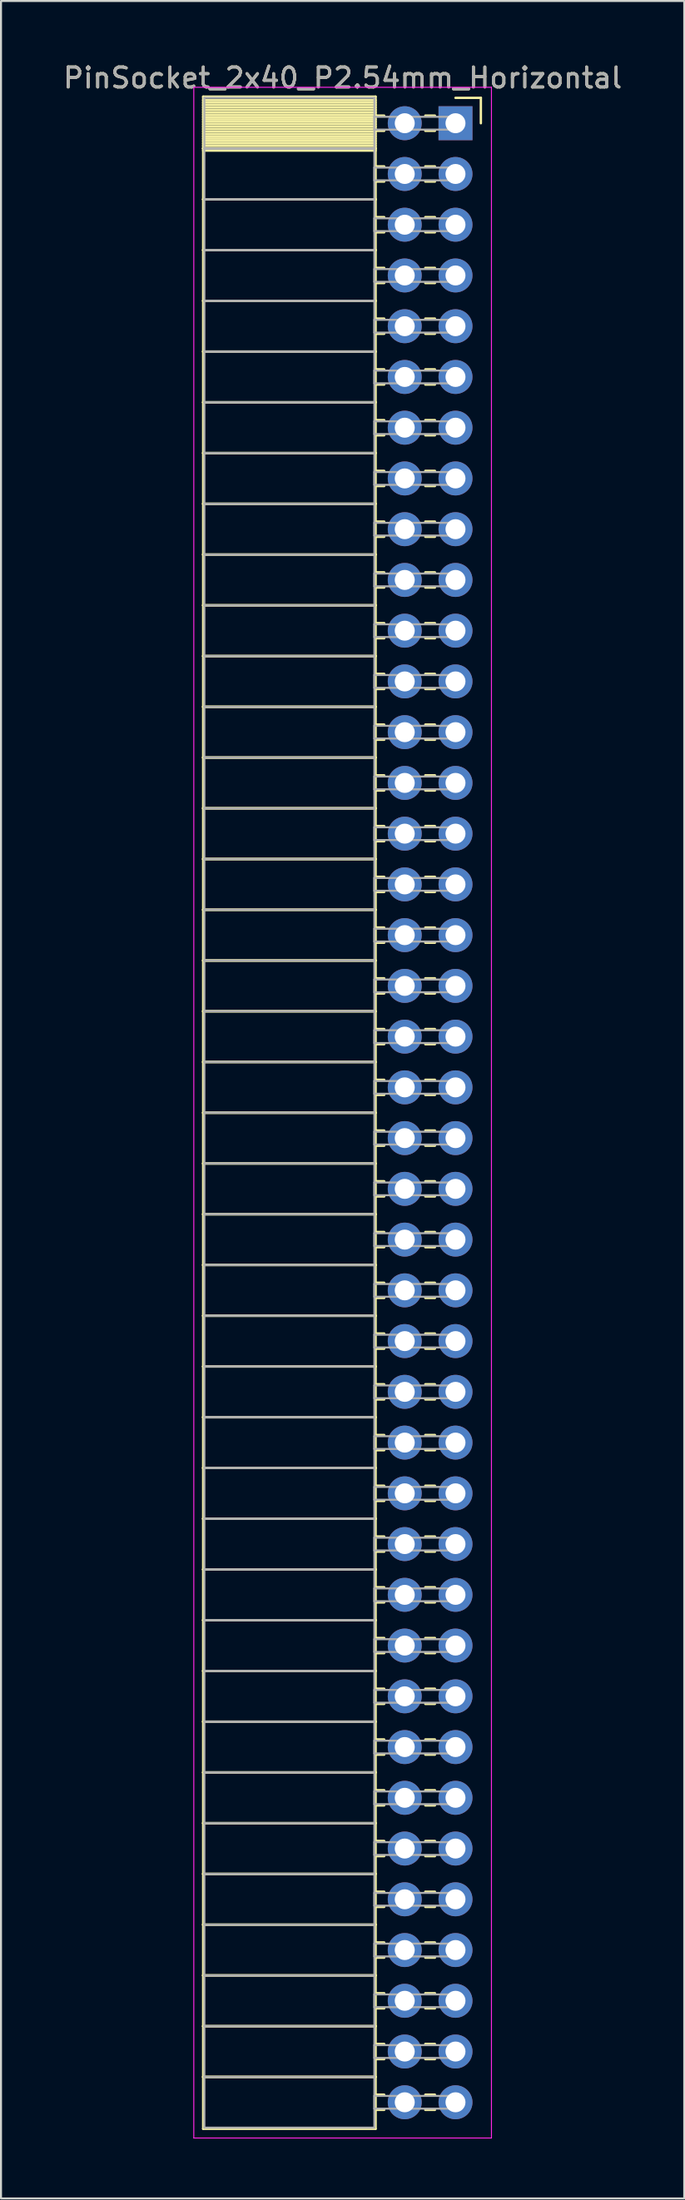
<source format=kicad_pcb>
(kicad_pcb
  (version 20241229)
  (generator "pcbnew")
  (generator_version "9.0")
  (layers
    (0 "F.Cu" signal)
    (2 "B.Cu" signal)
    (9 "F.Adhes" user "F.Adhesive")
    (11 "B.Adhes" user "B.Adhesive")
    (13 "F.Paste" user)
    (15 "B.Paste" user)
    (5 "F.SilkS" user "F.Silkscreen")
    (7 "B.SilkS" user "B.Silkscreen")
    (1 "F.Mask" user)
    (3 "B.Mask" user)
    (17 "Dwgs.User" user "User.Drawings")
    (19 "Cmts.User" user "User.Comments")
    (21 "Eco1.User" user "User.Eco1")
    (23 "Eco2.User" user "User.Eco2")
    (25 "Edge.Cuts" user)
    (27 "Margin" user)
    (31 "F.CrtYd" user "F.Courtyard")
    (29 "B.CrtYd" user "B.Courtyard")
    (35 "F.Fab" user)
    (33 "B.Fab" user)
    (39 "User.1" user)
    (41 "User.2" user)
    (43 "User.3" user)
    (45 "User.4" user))
  (footprint "PinSocket_2x40_P2.54mm_Horizontal"
    (layer "F.Cu")
    (at 19.751 3.118)
    (property "Reference" "PinSocket_2x40_P2.54mm_Horizontal" (at -5.65 -2.27 0) (layer "F.SilkS") (effects (font (size 1 1) (thickness 0.15))))
    (attr through_hole)
    (fp_line (start -12.63 -1.33) (end -4 -1.33) (stroke (width 0.12) (type solid)) (layer "F.SilkS"))
    (fp_line (start -12.63 1.27) (end -12.63 -1.33) (stroke (width 0.12) (type solid)) (layer "F.SilkS"))
    (fp_line (start -12.63 1.27) (end -4 1.27) (stroke (width 0.12) (type solid)) (layer "F.SilkS"))
    (fp_line (start -12.63 3.81) (end -12.63 1.27) (stroke (width 0.12) (type solid)) (layer "F.SilkS"))
    (fp_line (start -12.63 3.81) (end -4 3.81) (stroke (width 0.12) (type solid)) (layer "F.SilkS"))
    (fp_line (start -12.63 6.35) (end -12.63 3.81) (stroke (width 0.12) (type solid)) (layer "F.SilkS"))
    (fp_line (start -12.63 6.35) (end -4 6.35) (stroke (width 0.12) (type solid)) (layer "F.SilkS"))
    (fp_line (start -12.63 8.89) (end -12.63 6.35) (stroke (width 0.12) (type solid)) (layer "F.SilkS"))
    (fp_line (start -12.63 8.89) (end -4 8.89) (stroke (width 0.12) (type solid)) (layer "F.SilkS"))
    (fp_line (start -12.63 11.43) (end -12.63 8.89) (stroke (width 0.12) (type solid)) (layer "F.SilkS"))
    (fp_line (start -12.63 11.43) (end -4 11.43) (stroke (width 0.12) (type solid)) (layer "F.SilkS"))
    (fp_line (start -12.63 13.97) (end -12.63 11.43) (stroke (width 0.12) (type solid)) (layer "F.SilkS"))
    (fp_line (start -12.63 13.97) (end -4 13.97) (stroke (width 0.12) (type solid)) (layer "F.SilkS"))
    (fp_line (start -12.63 16.51) (end -12.63 13.97) (stroke (width 0.12) (type solid)) (layer "F.SilkS"))
    (fp_line (start -12.63 16.51) (end -4 16.51) (stroke (width 0.12) (type solid)) (layer "F.SilkS"))
    (fp_line (start -12.63 19.05) (end -12.63 16.51) (stroke (width 0.12) (type solid)) (layer "F.SilkS"))
    (fp_line (start -12.63 19.05) (end -4 19.05) (stroke (width 0.12) (type solid)) (layer "F.SilkS"))
    (fp_line (start -12.63 21.59) (end -12.63 19.05) (stroke (width 0.12) (type solid)) (layer "F.SilkS"))
    (fp_line (start -12.63 21.59) (end -4 21.59) (stroke (width 0.12) (type solid)) (layer "F.SilkS"))
    (fp_line (start -12.63 24.13) (end -12.63 21.59) (stroke (width 0.12) (type solid)) (layer "F.SilkS"))
    (fp_line (start -12.63 24.13) (end -4 24.13) (stroke (width 0.12) (type solid)) (layer "F.SilkS"))
    (fp_line (start -12.63 26.67) (end -12.63 24.13) (stroke (width 0.12) (type solid)) (layer "F.SilkS"))
    (fp_line (start -12.63 26.67) (end -4 26.67) (stroke (width 0.12) (type solid)) (layer "F.SilkS"))
    (fp_line (start -12.63 29.21) (end -12.63 26.67) (stroke (width 0.12) (type solid)) (layer "F.SilkS"))
    (fp_line (start -12.63 29.21) (end -4 29.21) (stroke (width 0.12) (type solid)) (layer "F.SilkS"))
    (fp_line (start -12.63 31.75) (end -12.63 29.21) (stroke (width 0.12) (type solid)) (layer "F.SilkS"))
    (fp_line (start -12.63 31.75) (end -4 31.75) (stroke (width 0.12) (type solid)) (layer "F.SilkS"))
    (fp_line (start -12.63 34.29) (end -12.63 31.75) (stroke (width 0.12) (type solid)) (layer "F.SilkS"))
    (fp_line (start -12.63 34.29) (end -4 34.29) (stroke (width 0.12) (type solid)) (layer "F.SilkS"))
    (fp_line (start -12.63 36.83) (end -12.63 34.29) (stroke (width 0.12) (type solid)) (layer "F.SilkS"))
    (fp_line (start -12.63 36.83) (end -4 36.83) (stroke (width 0.12) (type solid)) (layer "F.SilkS"))
    (fp_line (start -12.63 39.37) (end -12.63 36.83) (stroke (width 0.12) (type solid)) (layer "F.SilkS"))
    (fp_line (start -12.63 39.37) (end -4 39.37) (stroke (width 0.12) (type solid)) (layer "F.SilkS"))
    (fp_line (start -12.63 41.91) (end -12.63 39.37) (stroke (width 0.12) (type solid)) (layer "F.SilkS"))
    (fp_line (start -12.63 41.91) (end -4 41.91) (stroke (width 0.12) (type solid)) (layer "F.SilkS"))
    (fp_line (start -12.63 44.45) (end -12.63 41.91) (stroke (width 0.12) (type solid)) (layer "F.SilkS"))
    (fp_line (start -12.63 44.45) (end -4 44.45) (stroke (width 0.12) (type solid)) (layer "F.SilkS"))
    (fp_line (start -12.63 46.99) (end -12.63 44.45) (stroke (width 0.12) (type solid)) (layer "F.SilkS"))
    (fp_line (start -12.63 46.99) (end -4 46.99) (stroke (width 0.12) (type solid)) (layer "F.SilkS"))
    (fp_line (start -12.63 49.53) (end -12.63 46.99) (stroke (width 0.12) (type solid)) (layer "F.SilkS"))
    (fp_line (start -12.63 49.53) (end -4 49.53) (stroke (width 0.12) (type solid)) (layer "F.SilkS"))
    (fp_line (start -12.63 52.07) (end -12.63 49.53) (stroke (width 0.12) (type solid)) (layer "F.SilkS"))
    (fp_line (start -12.63 52.07) (end -4 52.07) (stroke (width 0.12) (type solid)) (layer "F.SilkS"))
    (fp_line (start -12.63 54.61) (end -12.63 52.07) (stroke (width 0.12) (type solid)) (layer "F.SilkS"))
    (fp_line (start -12.63 54.61) (end -4 54.61) (stroke (width 0.12) (type solid)) (layer "F.SilkS"))
    (fp_line (start -12.63 57.15) (end -12.63 54.61) (stroke (width 0.12) (type solid)) (layer "F.SilkS"))
    (fp_line (start -12.63 57.15) (end -4 57.15) (stroke (width 0.12) (type solid)) (layer "F.SilkS"))
    (fp_line (start -12.63 59.69) (end -12.63 57.15) (stroke (width 0.12) (type solid)) (layer "F.SilkS"))
    (fp_line (start -12.63 59.69) (end -4 59.69) (stroke (width 0.12) (type solid)) (layer "F.SilkS"))
    (fp_line (start -12.63 62.23) (end -12.63 59.69) (stroke (width 0.12) (type solid)) (layer "F.SilkS"))
    (fp_line (start -12.63 62.23) (end -4 62.23) (stroke (width 0.12) (type solid)) (layer "F.SilkS"))
    (fp_line (start -12.63 64.77) (end -12.63 62.23) (stroke (width 0.12) (type solid)) (layer "F.SilkS"))
    (fp_line (start -12.63 64.77) (end -4 64.77) (stroke (width 0.12) (type solid)) (layer "F.SilkS"))
    (fp_line (start -12.63 67.31) (end -12.63 64.77) (stroke (width 0.12) (type solid)) (layer "F.SilkS"))
    (fp_line (start -12.63 67.31) (end -4 67.31) (stroke (width 0.12) (type solid)) (layer "F.SilkS"))
    (fp_line (start -12.63 69.85) (end -12.63 67.31) (stroke (width 0.12) (type solid)) (layer "F.SilkS"))
    (fp_line (start -12.63 69.85) (end -4 69.85) (stroke (width 0.12) (type solid)) (layer "F.SilkS"))
    (fp_line (start -12.63 72.39) (end -12.63 69.85) (stroke (width 0.12) (type solid)) (layer "F.SilkS"))
    (fp_line (start -12.63 72.39) (end -4 72.39) (stroke (width 0.12) (type solid)) (layer "F.SilkS"))
    (fp_line (start -12.63 74.93) (end -12.63 72.39) (stroke (width 0.12) (type solid)) (layer "F.SilkS"))
    (fp_line (start -12.63 74.93) (end -4 74.93) (stroke (width 0.12) (type solid)) (layer "F.SilkS"))
    (fp_line (start -12.63 77.47) (end -12.63 74.93) (stroke (width 0.12) (type solid)) (layer "F.SilkS"))
    (fp_line (start -12.63 77.47) (end -4 77.47) (stroke (width 0.12) (type solid)) (layer "F.SilkS"))
    (fp_line (start -12.63 80.01) (end -12.63 77.47) (stroke (width 0.12) (type solid)) (layer "F.SilkS"))
    (fp_line (start -12.63 80.01) (end -4 80.01) (stroke (width 0.12) (type solid)) (layer "F.SilkS"))
    (fp_line (start -12.63 82.55) (end -12.63 80.01) (stroke (width 0.12) (type solid)) (layer "F.SilkS"))
    (fp_line (start -12.63 82.55) (end -4 82.55) (stroke (width 0.12) (type solid)) (layer "F.SilkS"))
    (fp_line (start -12.63 85.09) (end -12.63 82.55) (stroke (width 0.12) (type solid)) (layer "F.SilkS"))
    (fp_line (start -12.63 85.09) (end -4 85.09) (stroke (width 0.12) (type solid)) (layer "F.SilkS"))
    (fp_line (start -12.63 87.63) (end -12.63 85.09) (stroke (width 0.12) (type solid)) (layer "F.SilkS"))
    (fp_line (start -12.63 87.63) (end -4 87.63) (stroke (width 0.12) (type solid)) (layer "F.SilkS"))
    (fp_line (start -12.63 90.17) (end -12.63 87.63) (stroke (width 0.12) (type solid)) (layer "F.SilkS"))
    (fp_line (start -12.63 90.17) (end -4 90.17) (stroke (width 0.12) (type solid)) (layer "F.SilkS"))
    (fp_line (start -12.63 92.71) (end -12.63 90.17) (stroke (width 0.12) (type solid)) (layer "F.SilkS"))
    (fp_line (start -12.63 92.71) (end -4 92.71) (stroke (width 0.12) (type solid)) (layer "F.SilkS"))
    (fp_line (start -12.63 95.25) (end -12.63 92.71) (stroke (width 0.12) (type solid)) (layer "F.SilkS"))
    (fp_line (start -12.63 95.25) (end -4 95.25) (stroke (width 0.12) (type solid)) (layer "F.SilkS"))
    (fp_line (start -12.63 97.79) (end -12.63 95.25) (stroke (width 0.12) (type solid)) (layer "F.SilkS"))
    (fp_line (start -12.63 97.79) (end -4 97.79) (stroke (width 0.12) (type solid)) (layer "F.SilkS"))
    (fp_line (start -12.63 100.39) (end -12.63 97.79) (stroke (width 0.12) (type solid)) (layer "F.SilkS"))
    (fp_line (start -4 -1.33) (end -4 1.27) (stroke (width 0.12) (type solid)) (layer "F.SilkS"))
    (fp_line (start -4 -1.15) (end -12.63 -1.15) (stroke (width 0.12) (type solid)) (layer "F.SilkS"))
    (fp_line (start -4 -1.03) (end -12.63 -1.03) (stroke (width 0.12) (type solid)) (layer "F.SilkS"))
    (fp_line (start -4 -0.91) (end -12.63 -0.91) (stroke (width 0.12) (type solid)) (layer "F.SilkS"))
    (fp_line (start -4 -0.79) (end -12.63 -0.79) (stroke (width 0.12) (type solid)) (layer "F.SilkS"))
    (fp_line (start -4 -0.67) (end -12.63 -0.67) (stroke (width 0.12) (type solid)) (layer "F.SilkS"))
    (fp_line (start -4 -0.55) (end -12.63 -0.55) (stroke (width 0.12) (type solid)) (layer "F.SilkS"))
    (fp_line (start -4 -0.43) (end -12.63 -0.43) (stroke (width 0.12) (type solid)) (layer "F.SilkS"))
    (fp_line (start -4 -0.31) (end -12.63 -0.31) (stroke (width 0.12) (type solid)) (layer "F.SilkS"))
    (fp_line (start -4 -0.19) (end -12.63 -0.19) (stroke (width 0.12) (type solid)) (layer "F.SilkS"))
    (fp_line (start -4 -0.07) (end -12.63 -0.07) (stroke (width 0.12) (type solid)) (layer "F.SilkS"))
    (fp_line (start -4 0.05) (end -12.63 0.05) (stroke (width 0.12) (type solid)) (layer "F.SilkS"))
    (fp_line (start -4 0.17) (end -12.63 0.17) (stroke (width 0.12) (type solid)) (layer "F.SilkS"))
    (fp_line (start -4 0.29) (end -12.63 0.29) (stroke (width 0.12) (type solid)) (layer "F.SilkS"))
    (fp_line (start -4 0.41) (end -12.63 0.41) (stroke (width 0.12) (type solid)) (layer "F.SilkS"))
    (fp_line (start -4 0.53) (end -12.63 0.53) (stroke (width 0.12) (type solid)) (layer "F.SilkS"))
    (fp_line (start -4 0.65) (end -12.63 0.65) (stroke (width 0.12) (type solid)) (layer "F.SilkS"))
    (fp_line (start -4 0.77) (end -12.63 0.77) (stroke (width 0.12) (type solid)) (layer "F.SilkS"))
    (fp_line (start -4 0.89) (end -12.63 0.89) (stroke (width 0.12) (type solid)) (layer "F.SilkS"))
    (fp_line (start -4 1.01) (end -12.63 1.01) (stroke (width 0.12) (type solid)) (layer "F.SilkS"))
    (fp_line (start -4 1.13) (end -12.63 1.13) (stroke (width 0.12) (type solid)) (layer "F.SilkS"))
    (fp_line (start -4 1.25) (end -12.63 1.25) (stroke (width 0.12) (type solid)) (layer "F.SilkS"))
    (fp_line (start -4 1.27) (end -12.63 1.27) (stroke (width 0.12) (type solid)) (layer "F.SilkS"))
    (fp_line (start -4 1.27) (end -4 3.81) (stroke (width 0.12) (type solid)) (layer "F.SilkS"))
    (fp_line (start -4 1.37) (end -12.63 1.37) (stroke (width 0.12) (type solid)) (layer "F.SilkS"))
    (fp_line (start -4 3.81) (end -12.63 3.81) (stroke (width 0.12) (type solid)) (layer "F.SilkS"))
    (fp_line (start -4 3.81) (end -4 6.35) (stroke (width 0.12) (type solid)) (layer "F.SilkS"))
    (fp_line (start -4 6.35) (end -12.63 6.35) (stroke (width 0.12) (type solid)) (layer "F.SilkS"))
    (fp_line (start -4 6.35) (end -4 8.89) (stroke (width 0.12) (type solid)) (layer "F.SilkS"))
    (fp_line (start -4 8.89) (end -12.63 8.89) (stroke (width 0.12) (type solid)) (layer "F.SilkS"))
    (fp_line (start -4 8.89) (end -4 11.43) (stroke (width 0.12) (type solid)) (layer "F.SilkS"))
    (fp_line (start -4 11.43) (end -12.63 11.43) (stroke (width 0.12) (type solid)) (layer "F.SilkS"))
    (fp_line (start -4 11.43) (end -4 13.97) (stroke (width 0.12) (type solid)) (layer "F.SilkS"))
    (fp_line (start -4 13.97) (end -12.63 13.97) (stroke (width 0.12) (type solid)) (layer "F.SilkS"))
    (fp_line (start -4 13.97) (end -4 16.51) (stroke (width 0.12) (type solid)) (layer "F.SilkS"))
    (fp_line (start -4 16.51) (end -12.63 16.51) (stroke (width 0.12) (type solid)) (layer "F.SilkS"))
    (fp_line (start -4 16.51) (end -4 19.05) (stroke (width 0.12) (type solid)) (layer "F.SilkS"))
    (fp_line (start -4 19.05) (end -12.63 19.05) (stroke (width 0.12) (type solid)) (layer "F.SilkS"))
    (fp_line (start -4 19.05) (end -4 21.59) (stroke (width 0.12) (type solid)) (layer "F.SilkS"))
    (fp_line (start -4 21.59) (end -12.63 21.59) (stroke (width 0.12) (type solid)) (layer "F.SilkS"))
    (fp_line (start -4 21.59) (end -4 24.13) (stroke (width 0.12) (type solid)) (layer "F.SilkS"))
    (fp_line (start -4 24.13) (end -12.63 24.13) (stroke (width 0.12) (type solid)) (layer "F.SilkS"))
    (fp_line (start -4 24.13) (end -4 26.67) (stroke (width 0.12) (type solid)) (layer "F.SilkS"))
    (fp_line (start -4 26.67) (end -12.63 26.67) (stroke (width 0.12) (type solid)) (layer "F.SilkS"))
    (fp_line (start -4 26.67) (end -4 29.21) (stroke (width 0.12) (type solid)) (layer "F.SilkS"))
    (fp_line (start -4 29.21) (end -12.63 29.21) (stroke (width 0.12) (type solid)) (layer "F.SilkS"))
    (fp_line (start -4 29.21) (end -4 31.75) (stroke (width 0.12) (type solid)) (layer "F.SilkS"))
    (fp_line (start -4 31.75) (end -12.63 31.75) (stroke (width 0.12) (type solid)) (layer "F.SilkS"))
    (fp_line (start -4 31.75) (end -4 34.29) (stroke (width 0.12) (type solid)) (layer "F.SilkS"))
    (fp_line (start -4 34.29) (end -12.63 34.29) (stroke (width 0.12) (type solid)) (layer "F.SilkS"))
    (fp_line (start -4 34.29) (end -4 36.83) (stroke (width 0.12) (type solid)) (layer "F.SilkS"))
    (fp_line (start -4 36.83) (end -12.63 36.83) (stroke (width 0.12) (type solid)) (layer "F.SilkS"))
    (fp_line (start -4 36.83) (end -4 39.37) (stroke (width 0.12) (type solid)) (layer "F.SilkS"))
    (fp_line (start -4 39.37) (end -12.63 39.37) (stroke (width 0.12) (type solid)) (layer "F.SilkS"))
    (fp_line (start -4 39.37) (end -4 41.91) (stroke (width 0.12) (type solid)) (layer "F.SilkS"))
    (fp_line (start -4 41.91) (end -12.63 41.91) (stroke (width 0.12) (type solid)) (layer "F.SilkS"))
    (fp_line (start -4 41.91) (end -4 44.45) (stroke (width 0.12) (type solid)) (layer "F.SilkS"))
    (fp_line (start -4 44.45) (end -12.63 44.45) (stroke (width 0.12) (type solid)) (layer "F.SilkS"))
    (fp_line (start -4 44.45) (end -4 46.99) (stroke (width 0.12) (type solid)) (layer "F.SilkS"))
    (fp_line (start -4 46.99) (end -12.63 46.99) (stroke (width 0.12) (type solid)) (layer "F.SilkS"))
    (fp_line (start -4 46.99) (end -4 49.53) (stroke (width 0.12) (type solid)) (layer "F.SilkS"))
    (fp_line (start -4 49.53) (end -12.63 49.53) (stroke (width 0.12) (type solid)) (layer "F.SilkS"))
    (fp_line (start -4 49.53) (end -4 52.07) (stroke (width 0.12) (type solid)) (layer "F.SilkS"))
    (fp_line (start -4 52.07) (end -12.63 52.07) (stroke (width 0.12) (type solid)) (layer "F.SilkS"))
    (fp_line (start -4 52.07) (end -4 54.61) (stroke (width 0.12) (type solid)) (layer "F.SilkS"))
    (fp_line (start -4 54.61) (end -12.63 54.61) (stroke (width 0.12) (type solid)) (layer "F.SilkS"))
    (fp_line (start -4 54.61) (end -4 57.15) (stroke (width 0.12) (type solid)) (layer "F.SilkS"))
    (fp_line (start -4 57.15) (end -12.63 57.15) (stroke (width 0.12) (type solid)) (layer "F.SilkS"))
    (fp_line (start -4 57.15) (end -4 59.69) (stroke (width 0.12) (type solid)) (layer "F.SilkS"))
    (fp_line (start -4 59.69) (end -12.63 59.69) (stroke (width 0.12) (type solid)) (layer "F.SilkS"))
    (fp_line (start -4 59.69) (end -4 62.23) (stroke (width 0.12) (type solid)) (layer "F.SilkS"))
    (fp_line (start -4 62.23) (end -12.63 62.23) (stroke (width 0.12) (type solid)) (layer "F.SilkS"))
    (fp_line (start -4 62.23) (end -4 64.77) (stroke (width 0.12) (type solid)) (layer "F.SilkS"))
    (fp_line (start -4 64.77) (end -12.63 64.77) (stroke (width 0.12) (type solid)) (layer "F.SilkS"))
    (fp_line (start -4 64.77) (end -4 67.31) (stroke (width 0.12) (type solid)) (layer "F.SilkS"))
    (fp_line (start -4 67.31) (end -12.63 67.31) (stroke (width 0.12) (type solid)) (layer "F.SilkS"))
    (fp_line (start -4 67.31) (end -4 69.85) (stroke (width 0.12) (type solid)) (layer "F.SilkS"))
    (fp_line (start -4 69.85) (end -12.63 69.85) (stroke (width 0.12) (type solid)) (layer "F.SilkS"))
    (fp_line (start -4 69.85) (end -4 72.39) (stroke (width 0.12) (type solid)) (layer "F.SilkS"))
    (fp_line (start -4 72.39) (end -12.63 72.39) (stroke (width 0.12) (type solid)) (layer "F.SilkS"))
    (fp_line (start -4 72.39) (end -4 74.93) (stroke (width 0.12) (type solid)) (layer "F.SilkS"))
    (fp_line (start -4 74.93) (end -12.63 74.93) (stroke (width 0.12) (type solid)) (layer "F.SilkS"))
    (fp_line (start -4 74.93) (end -4 77.47) (stroke (width 0.12) (type solid)) (layer "F.SilkS"))
    (fp_line (start -4 77.47) (end -12.63 77.47) (stroke (width 0.12) (type solid)) (layer "F.SilkS"))
    (fp_line (start -4 77.47) (end -4 80.01) (stroke (width 0.12) (type solid)) (layer "F.SilkS"))
    (fp_line (start -4 80.01) (end -12.63 80.01) (stroke (width 0.12) (type solid)) (layer "F.SilkS"))
    (fp_line (start -4 80.01) (end -4 82.55) (stroke (width 0.12) (type solid)) (layer "F.SilkS"))
    (fp_line (start -4 82.55) (end -12.63 82.55) (stroke (width 0.12) (type solid)) (layer "F.SilkS"))
    (fp_line (start -4 82.55) (end -4 85.09) (stroke (width 0.12) (type solid)) (layer "F.SilkS"))
    (fp_line (start -4 85.09) (end -12.63 85.09) (stroke (width 0.12) (type solid)) (layer "F.SilkS"))
    (fp_line (start -4 85.09) (end -4 87.63) (stroke (width 0.12) (type solid)) (layer "F.SilkS"))
    (fp_line (start -4 87.63) (end -12.63 87.63) (stroke (width 0.12) (type solid)) (layer "F.SilkS"))
    (fp_line (start -4 87.63) (end -4 90.17) (stroke (width 0.12) (type solid)) (layer "F.SilkS"))
    (fp_line (start -4 90.17) (end -12.63 90.17) (stroke (width 0.12) (type solid)) (layer "F.SilkS"))
    (fp_line (start -4 90.17) (end -4 92.71) (stroke (width 0.12) (type solid)) (layer "F.SilkS"))
    (fp_line (start -4 92.71) (end -12.63 92.71) (stroke (width 0.12) (type solid)) (layer "F.SilkS"))
    (fp_line (start -4 92.71) (end -4 95.25) (stroke (width 0.12) (type solid)) (layer "F.SilkS"))
    (fp_line (start -4 95.25) (end -12.63 95.25) (stroke (width 0.12) (type solid)) (layer "F.SilkS"))
    (fp_line (start -4 95.25) (end -4 97.79) (stroke (width 0.12) (type solid)) (layer "F.SilkS"))
    (fp_line (start -4 97.79) (end -12.63 97.79) (stroke (width 0.12) (type solid)) (layer "F.SilkS"))
    (fp_line (start -4 97.79) (end -4 100.39) (stroke (width 0.12) (type solid)) (layer "F.SilkS"))
    (fp_line (start -4 100.39) (end -12.63 100.39) (stroke (width 0.12) (type solid)) (layer "F.SilkS"))
    (fp_line (start -3.57 -0.38) (end -4 -0.38) (stroke (width 0.12) (type solid)) (layer "F.SilkS"))
    (fp_line (start -3.57 0.38) (end -4 0.38) (stroke (width 0.12) (type solid)) (layer "F.SilkS"))
    (fp_line (start -3.57 2.16) (end -4 2.16) (stroke (width 0.12) (type solid)) (layer "F.SilkS"))
    (fp_line (start -3.57 2.92) (end -4 2.92) (stroke (width 0.12) (type solid)) (layer "F.SilkS"))
    (fp_line (start -3.57 4.7) (end -4 4.7) (stroke (width 0.12) (type solid)) (layer "F.SilkS"))
    (fp_line (start -3.57 5.46) (end -4 5.46) (stroke (width 0.12) (type solid)) (layer "F.SilkS"))
    (fp_line (start -3.57 7.24) (end -4 7.24) (stroke (width 0.12) (type solid)) (layer "F.SilkS"))
    (fp_line (start -3.57 8) (end -4 8) (stroke (width 0.12) (type solid)) (layer "F.SilkS"))
    (fp_line (start -3.57 9.78) (end -4 9.78) (stroke (width 0.12) (type solid)) (layer "F.SilkS"))
    (fp_line (start -3.57 10.54) (end -4 10.54) (stroke (width 0.12) (type solid)) (layer "F.SilkS"))
    (fp_line (start -3.57 12.32) (end -4 12.32) (stroke (width 0.12) (type solid)) (layer "F.SilkS"))
    (fp_line (start -3.57 13.08) (end -4 13.08) (stroke (width 0.12) (type solid)) (layer "F.SilkS"))
    (fp_line (start -3.57 14.86) (end -4 14.86) (stroke (width 0.12) (type solid)) (layer "F.SilkS"))
    (fp_line (start -3.57 15.62) (end -4 15.62) (stroke (width 0.12) (type solid)) (layer "F.SilkS"))
    (fp_line (start -3.57 17.4) (end -4 17.4) (stroke (width 0.12) (type solid)) (layer "F.SilkS"))
    (fp_line (start -3.57 18.16) (end -4 18.16) (stroke (width 0.12) (type solid)) (layer "F.SilkS"))
    (fp_line (start -3.57 19.94) (end -4 19.94) (stroke (width 0.12) (type solid)) (layer "F.SilkS"))
    (fp_line (start -3.57 20.7) (end -4 20.7) (stroke (width 0.12) (type solid)) (layer "F.SilkS"))
    (fp_line (start -3.57 22.48) (end -4 22.48) (stroke (width 0.12) (type solid)) (layer "F.SilkS"))
    (fp_line (start -3.57 23.24) (end -4 23.24) (stroke (width 0.12) (type solid)) (layer "F.SilkS"))
    (fp_line (start -3.57 25.02) (end -4 25.02) (stroke (width 0.12) (type solid)) (layer "F.SilkS"))
    (fp_line (start -3.57 25.78) (end -4 25.78) (stroke (width 0.12) (type solid)) (layer "F.SilkS"))
    (fp_line (start -3.57 27.56) (end -4 27.56) (stroke (width 0.12) (type solid)) (layer "F.SilkS"))
    (fp_line (start -3.57 28.32) (end -4 28.32) (stroke (width 0.12) (type solid)) (layer "F.SilkS"))
    (fp_line (start -3.57 30.1) (end -4 30.1) (stroke (width 0.12) (type solid)) (layer "F.SilkS"))
    (fp_line (start -3.57 30.86) (end -4 30.86) (stroke (width 0.12) (type solid)) (layer "F.SilkS"))
    (fp_line (start -3.57 32.64) (end -4 32.64) (stroke (width 0.12) (type solid)) (layer "F.SilkS"))
    (fp_line (start -3.57 33.4) (end -4 33.4) (stroke (width 0.12) (type solid)) (layer "F.SilkS"))
    (fp_line (start -3.57 35.18) (end -4 35.18) (stroke (width 0.12) (type solid)) (layer "F.SilkS"))
    (fp_line (start -3.57 35.94) (end -4 35.94) (stroke (width 0.12) (type solid)) (layer "F.SilkS"))
    (fp_line (start -3.57 37.72) (end -4 37.72) (stroke (width 0.12) (type solid)) (layer "F.SilkS"))
    (fp_line (start -3.57 38.48) (end -4 38.48) (stroke (width 0.12) (type solid)) (layer "F.SilkS"))
    (fp_line (start -3.57 40.26) (end -4 40.26) (stroke (width 0.12) (type solid)) (layer "F.SilkS"))
    (fp_line (start -3.57 41.02) (end -4 41.02) (stroke (width 0.12) (type solid)) (layer "F.SilkS"))
    (fp_line (start -3.57 42.8) (end -4 42.8) (stroke (width 0.12) (type solid)) (layer "F.SilkS"))
    (fp_line (start -3.57 43.56) (end -4 43.56) (stroke (width 0.12) (type solid)) (layer "F.SilkS"))
    (fp_line (start -3.57 45.34) (end -4 45.34) (stroke (width 0.12) (type solid)) (layer "F.SilkS"))
    (fp_line (start -3.57 46.1) (end -4 46.1) (stroke (width 0.12) (type solid)) (layer "F.SilkS"))
    (fp_line (start -3.57 47.88) (end -4 47.88) (stroke (width 0.12) (type solid)) (layer "F.SilkS"))
    (fp_line (start -3.57 48.64) (end -4 48.64) (stroke (width 0.12) (type solid)) (layer "F.SilkS"))
    (fp_line (start -3.57 50.42) (end -4 50.42) (stroke (width 0.12) (type solid)) (layer "F.SilkS"))
    (fp_line (start -3.57 51.18) (end -4 51.18) (stroke (width 0.12) (type solid)) (layer "F.SilkS"))
    (fp_line (start -3.57 52.96) (end -4 52.96) (stroke (width 0.12) (type solid)) (layer "F.SilkS"))
    (fp_line (start -3.57 53.72) (end -4 53.72) (stroke (width 0.12) (type solid)) (layer "F.SilkS"))
    (fp_line (start -3.57 55.5) (end -4 55.5) (stroke (width 0.12) (type solid)) (layer "F.SilkS"))
    (fp_line (start -3.57 56.26) (end -4 56.26) (stroke (width 0.12) (type solid)) (layer "F.SilkS"))
    (fp_line (start -3.57 58.04) (end -4 58.04) (stroke (width 0.12) (type solid)) (layer "F.SilkS"))
    (fp_line (start -3.57 58.8) (end -4 58.8) (stroke (width 0.12) (type solid)) (layer "F.SilkS"))
    (fp_line (start -3.57 60.58) (end -4 60.58) (stroke (width 0.12) (type solid)) (layer "F.SilkS"))
    (fp_line (start -3.57 61.34) (end -4 61.34) (stroke (width 0.12) (type solid)) (layer "F.SilkS"))
    (fp_line (start -3.57 63.12) (end -4 63.12) (stroke (width 0.12) (type solid)) (layer "F.SilkS"))
    (fp_line (start -3.57 63.88) (end -4 63.88) (stroke (width 0.12) (type solid)) (layer "F.SilkS"))
    (fp_line (start -3.57 65.66) (end -4 65.66) (stroke (width 0.12) (type solid)) (layer "F.SilkS"))
    (fp_line (start -3.57 66.42) (end -4 66.42) (stroke (width 0.12) (type solid)) (layer "F.SilkS"))
    (fp_line (start -3.57 68.2) (end -4 68.2) (stroke (width 0.12) (type solid)) (layer "F.SilkS"))
    (fp_line (start -3.57 68.96) (end -4 68.96) (stroke (width 0.12) (type solid)) (layer "F.SilkS"))
    (fp_line (start -3.57 70.74) (end -4 70.74) (stroke (width 0.12) (type solid)) (layer "F.SilkS"))
    (fp_line (start -3.57 71.5) (end -4 71.5) (stroke (width 0.12) (type solid)) (layer "F.SilkS"))
    (fp_line (start -3.57 73.28) (end -4 73.28) (stroke (width 0.12) (type solid)) (layer "F.SilkS"))
    (fp_line (start -3.57 74.04) (end -4 74.04) (stroke (width 0.12) (type solid)) (layer "F.SilkS"))
    (fp_line (start -3.57 75.82) (end -4 75.82) (stroke (width 0.12) (type solid)) (layer "F.SilkS"))
    (fp_line (start -3.57 76.58) (end -4 76.58) (stroke (width 0.12) (type solid)) (layer "F.SilkS"))
    (fp_line (start -3.57 78.36) (end -4 78.36) (stroke (width 0.12) (type solid)) (layer "F.SilkS"))
    (fp_line (start -3.57 79.12) (end -4 79.12) (stroke (width 0.12) (type solid)) (layer "F.SilkS"))
    (fp_line (start -3.57 80.9) (end -4 80.9) (stroke (width 0.12) (type solid)) (layer "F.SilkS"))
    (fp_line (start -3.57 81.66) (end -4 81.66) (stroke (width 0.12) (type solid)) (layer "F.SilkS"))
    (fp_line (start -3.57 83.44) (end -4 83.44) (stroke (width 0.12) (type solid)) (layer "F.SilkS"))
    (fp_line (start -3.57 84.2) (end -4 84.2) (stroke (width 0.12) (type solid)) (layer "F.SilkS"))
    (fp_line (start -3.57 85.98) (end -4 85.98) (stroke (width 0.12) (type solid)) (layer "F.SilkS"))
    (fp_line (start -3.57 86.74) (end -4 86.74) (stroke (width 0.12) (type solid)) (layer "F.SilkS"))
    (fp_line (start -3.57 88.52) (end -4 88.52) (stroke (width 0.12) (type solid)) (layer "F.SilkS"))
    (fp_line (start -3.57 89.28) (end -4 89.28) (stroke (width 0.12) (type solid)) (layer "F.SilkS"))
    (fp_line (start -3.57 91.06) (end -4 91.06) (stroke (width 0.12) (type solid)) (layer "F.SilkS"))
    (fp_line (start -3.57 91.82) (end -4 91.82) (stroke (width 0.12) (type solid)) (layer "F.SilkS"))
    (fp_line (start -3.57 93.6) (end -4 93.6) (stroke (width 0.12) (type solid)) (layer "F.SilkS"))
    (fp_line (start -3.57 94.36) (end -4 94.36) (stroke (width 0.12) (type solid)) (layer "F.SilkS"))
    (fp_line (start -3.57 96.14) (end -4 96.14) (stroke (width 0.12) (type solid)) (layer "F.SilkS"))
    (fp_line (start -3.57 96.9) (end -4 96.9) (stroke (width 0.12) (type solid)) (layer "F.SilkS"))
    (fp_line (start -3.57 98.68) (end -4 98.68) (stroke (width 0.12) (type solid)) (layer "F.SilkS"))
    (fp_line (start -3.57 99.44) (end -4 99.44) (stroke (width 0.12) (type solid)) (layer "F.SilkS"))
    (fp_line (start -1.03 -0.38) (end -1.51 -0.38) (stroke (width 0.12) (type solid)) (layer "F.SilkS"))
    (fp_line (start -1.03 0.38) (end -1.51 0.38) (stroke (width 0.12) (type solid)) (layer "F.SilkS"))
    (fp_line (start -1.03 2.16) (end -1.51 2.16) (stroke (width 0.12) (type solid)) (layer "F.SilkS"))
    (fp_line (start -1.03 2.92) (end -1.51 2.92) (stroke (width 0.12) (type solid)) (layer "F.SilkS"))
    (fp_line (start -1.03 4.7) (end -1.51 4.7) (stroke (width 0.12) (type solid)) (layer "F.SilkS"))
    (fp_line (start -1.03 5.46) (end -1.51 5.46) (stroke (width 0.12) (type solid)) (layer "F.SilkS"))
    (fp_line (start -1.03 7.24) (end -1.51 7.24) (stroke (width 0.12) (type solid)) (layer "F.SilkS"))
    (fp_line (start -1.03 8) (end -1.51 8) (stroke (width 0.12) (type solid)) (layer "F.SilkS"))
    (fp_line (start -1.03 9.78) (end -1.51 9.78) (stroke (width 0.12) (type solid)) (layer "F.SilkS"))
    (fp_line (start -1.03 10.54) (end -1.51 10.54) (stroke (width 0.12) (type solid)) (layer "F.SilkS"))
    (fp_line (start -1.03 12.32) (end -1.51 12.32) (stroke (width 0.12) (type solid)) (layer "F.SilkS"))
    (fp_line (start -1.03 13.08) (end -1.51 13.08) (stroke (width 0.12) (type solid)) (layer "F.SilkS"))
    (fp_line (start -1.03 14.86) (end -1.51 14.86) (stroke (width 0.12) (type solid)) (layer "F.SilkS"))
    (fp_line (start -1.03 15.62) (end -1.51 15.62) (stroke (width 0.12) (type solid)) (layer "F.SilkS"))
    (fp_line (start -1.03 17.4) (end -1.51 17.4) (stroke (width 0.12) (type solid)) (layer "F.SilkS"))
    (fp_line (start -1.03 18.16) (end -1.51 18.16) (stroke (width 0.12) (type solid)) (layer "F.SilkS"))
    (fp_line (start -1.03 19.94) (end -1.51 19.94) (stroke (width 0.12) (type solid)) (layer "F.SilkS"))
    (fp_line (start -1.03 20.7) (end -1.51 20.7) (stroke (width 0.12) (type solid)) (layer "F.SilkS"))
    (fp_line (start -1.03 22.48) (end -1.51 22.48) (stroke (width 0.12) (type solid)) (layer "F.SilkS"))
    (fp_line (start -1.03 23.24) (end -1.51 23.24) (stroke (width 0.12) (type solid)) (layer "F.SilkS"))
    (fp_line (start -1.03 25.02) (end -1.51 25.02) (stroke (width 0.12) (type solid)) (layer "F.SilkS"))
    (fp_line (start -1.03 25.78) (end -1.51 25.78) (stroke (width 0.12) (type solid)) (layer "F.SilkS"))
    (fp_line (start -1.03 27.56) (end -1.51 27.56) (stroke (width 0.12) (type solid)) (layer "F.SilkS"))
    (fp_line (start -1.03 28.32) (end -1.51 28.32) (stroke (width 0.12) (type solid)) (layer "F.SilkS"))
    (fp_line (start -1.03 30.1) (end -1.51 30.1) (stroke (width 0.12) (type solid)) (layer "F.SilkS"))
    (fp_line (start -1.03 30.86) (end -1.51 30.86) (stroke (width 0.12) (type solid)) (layer "F.SilkS"))
    (fp_line (start -1.03 32.64) (end -1.51 32.64) (stroke (width 0.12) (type solid)) (layer "F.SilkS"))
    (fp_line (start -1.03 33.4) (end -1.51 33.4) (stroke (width 0.12) (type solid)) (layer "F.SilkS"))
    (fp_line (start -1.03 35.18) (end -1.51 35.18) (stroke (width 0.12) (type solid)) (layer "F.SilkS"))
    (fp_line (start -1.03 35.94) (end -1.51 35.94) (stroke (width 0.12) (type solid)) (layer "F.SilkS"))
    (fp_line (start -1.03 37.72) (end -1.51 37.72) (stroke (width 0.12) (type solid)) (layer "F.SilkS"))
    (fp_line (start -1.03 38.48) (end -1.51 38.48) (stroke (width 0.12) (type solid)) (layer "F.SilkS"))
    (fp_line (start -1.03 40.26) (end -1.51 40.26) (stroke (width 0.12) (type solid)) (layer "F.SilkS"))
    (fp_line (start -1.03 41.02) (end -1.51 41.02) (stroke (width 0.12) (type solid)) (layer "F.SilkS"))
    (fp_line (start -1.03 42.8) (end -1.51 42.8) (stroke (width 0.12) (type solid)) (layer "F.SilkS"))
    (fp_line (start -1.03 43.56) (end -1.51 43.56) (stroke (width 0.12) (type solid)) (layer "F.SilkS"))
    (fp_line (start -1.03 45.34) (end -1.51 45.34) (stroke (width 0.12) (type solid)) (layer "F.SilkS"))
    (fp_line (start -1.03 46.1) (end -1.51 46.1) (stroke (width 0.12) (type solid)) (layer "F.SilkS"))
    (fp_line (start -1.03 47.88) (end -1.51 47.88) (stroke (width 0.12) (type solid)) (layer "F.SilkS"))
    (fp_line (start -1.03 48.64) (end -1.51 48.64) (stroke (width 0.12) (type solid)) (layer "F.SilkS"))
    (fp_line (start -1.03 50.42) (end -1.51 50.42) (stroke (width 0.12) (type solid)) (layer "F.SilkS"))
    (fp_line (start -1.03 51.18) (end -1.51 51.18) (stroke (width 0.12) (type solid)) (layer "F.SilkS"))
    (fp_line (start -1.03 52.96) (end -1.51 52.96) (stroke (width 0.12) (type solid)) (layer "F.SilkS"))
    (fp_line (start -1.03 53.72) (end -1.51 53.72) (stroke (width 0.12) (type solid)) (layer "F.SilkS"))
    (fp_line (start -1.03 55.5) (end -1.51 55.5) (stroke (width 0.12) (type solid)) (layer "F.SilkS"))
    (fp_line (start -1.03 56.26) (end -1.51 56.26) (stroke (width 0.12) (type solid)) (layer "F.SilkS"))
    (fp_line (start -1.03 58.04) (end -1.51 58.04) (stroke (width 0.12) (type solid)) (layer "F.SilkS"))
    (fp_line (start -1.03 58.8) (end -1.51 58.8) (stroke (width 0.12) (type solid)) (layer "F.SilkS"))
    (fp_line (start -1.03 60.58) (end -1.51 60.58) (stroke (width 0.12) (type solid)) (layer "F.SilkS"))
    (fp_line (start -1.03 61.34) (end -1.51 61.34) (stroke (width 0.12) (type solid)) (layer "F.SilkS"))
    (fp_line (start -1.03 63.12) (end -1.51 63.12) (stroke (width 0.12) (type solid)) (layer "F.SilkS"))
    (fp_line (start -1.03 63.88) (end -1.51 63.88) (stroke (width 0.12) (type solid)) (layer "F.SilkS"))
    (fp_line (start -1.03 65.66) (end -1.51 65.66) (stroke (width 0.12) (type solid)) (layer "F.SilkS"))
    (fp_line (start -1.03 66.42) (end -1.51 66.42) (stroke (width 0.12) (type solid)) (layer "F.SilkS"))
    (fp_line (start -1.03 68.2) (end -1.51 68.2) (stroke (width 0.12) (type solid)) (layer "F.SilkS"))
    (fp_line (start -1.03 68.96) (end -1.51 68.96) (stroke (width 0.12) (type solid)) (layer "F.SilkS"))
    (fp_line (start -1.03 70.74) (end -1.51 70.74) (stroke (width 0.12) (type solid)) (layer "F.SilkS"))
    (fp_line (start -1.03 71.5) (end -1.51 71.5) (stroke (width 0.12) (type solid)) (layer "F.SilkS"))
    (fp_line (start -1.03 73.28) (end -1.51 73.28) (stroke (width 0.12) (type solid)) (layer "F.SilkS"))
    (fp_line (start -1.03 74.04) (end -1.51 74.04) (stroke (width 0.12) (type solid)) (layer "F.SilkS"))
    (fp_line (start -1.03 75.82) (end -1.51 75.82) (stroke (width 0.12) (type solid)) (layer "F.SilkS"))
    (fp_line (start -1.03 76.58) (end -1.51 76.58) (stroke (width 0.12) (type solid)) (layer "F.SilkS"))
    (fp_line (start -1.03 78.36) (end -1.51 78.36) (stroke (width 0.12) (type solid)) (layer "F.SilkS"))
    (fp_line (start -1.03 79.12) (end -1.51 79.12) (stroke (width 0.12) (type solid)) (layer "F.SilkS"))
    (fp_line (start -1.03 80.9) (end -1.51 80.9) (stroke (width 0.12) (type solid)) (layer "F.SilkS"))
    (fp_line (start -1.03 81.66) (end -1.51 81.66) (stroke (width 0.12) (type solid)) (layer "F.SilkS"))
    (fp_line (start -1.03 83.44) (end -1.51 83.44) (stroke (width 0.12) (type solid)) (layer "F.SilkS"))
    (fp_line (start -1.03 84.2) (end -1.51 84.2) (stroke (width 0.12) (type solid)) (layer "F.SilkS"))
    (fp_line (start -1.03 85.98) (end -1.51 85.98) (stroke (width 0.12) (type solid)) (layer "F.SilkS"))
    (fp_line (start -1.03 86.74) (end -1.51 86.74) (stroke (width 0.12) (type solid)) (layer "F.SilkS"))
    (fp_line (start -1.03 88.52) (end -1.51 88.52) (stroke (width 0.12) (type solid)) (layer "F.SilkS"))
    (fp_line (start -1.03 89.28) (end -1.51 89.28) (stroke (width 0.12) (type solid)) (layer "F.SilkS"))
    (fp_line (start -1.03 91.06) (end -1.51 91.06) (stroke (width 0.12) (type solid)) (layer "F.SilkS"))
    (fp_line (start -1.03 91.82) (end -1.51 91.82) (stroke (width 0.12) (type solid)) (layer "F.SilkS"))
    (fp_line (start -1.03 93.6) (end -1.51 93.6) (stroke (width 0.12) (type solid)) (layer "F.SilkS"))
    (fp_line (start -1.03 94.36) (end -1.51 94.36) (stroke (width 0.12) (type solid)) (layer "F.SilkS"))
    (fp_line (start -1.03 96.14) (end -1.51 96.14) (stroke (width 0.12) (type solid)) (layer "F.SilkS"))
    (fp_line (start -1.03 96.9) (end -1.51 96.9) (stroke (width 0.12) (type solid)) (layer "F.SilkS"))
    (fp_line (start -1.03 98.68) (end -1.51 98.68) (stroke (width 0.12) (type solid)) (layer "F.SilkS"))
    (fp_line (start -1.03 99.44) (end -1.51 99.44) (stroke (width 0.12) (type solid)) (layer "F.SilkS"))
    (fp_line (start 0 -1.27) (end 1.27 -1.27) (stroke (width 0.12) (type solid)) (layer "F.SilkS"))
    (fp_line (start 1.27 -1.27) (end 1.27 0) (stroke (width 0.12) (type solid)) (layer "F.SilkS"))
    (fp_line (start -13.1 -1.8) (end 1.8 -1.8) (stroke (width 0.05) (type solid)) (layer "F.CrtYd"))
    (fp_line (start -13.1 100.85) (end -13.1 -1.8) (stroke (width 0.05) (type solid)) (layer "F.CrtYd"))
    (fp_line (start 1.8 -1.8) (end 1.8 100.85) (stroke (width 0.05) (type solid)) (layer "F.CrtYd"))
    (fp_line (start 1.8 100.85) (end -13.1 100.85) (stroke (width 0.05) (type solid)) (layer "F.CrtYd"))
    (fp_line (start -12.57 -1.27) (end -4.06 -1.27) (stroke (width 0.1) (type solid)) (layer "F.Fab"))
    (fp_line (start -12.57 1.27) (end -12.57 -1.27) (stroke (width 0.1) (type solid)) (layer "F.Fab"))
    (fp_line (start -12.57 1.27) (end -4.06 1.27) (stroke (width 0.1) (type solid)) (layer "F.Fab"))
    (fp_line (start -12.57 3.81) (end -12.57 1.27) (stroke (width 0.1) (type solid)) (layer "F.Fab"))
    (fp_line (start -12.57 3.81) (end -4.06 3.81) (stroke (width 0.1) (type solid)) (layer "F.Fab"))
    (fp_line (start -12.57 6.35) (end -12.57 3.81) (stroke (width 0.1) (type solid)) (layer "F.Fab"))
    (fp_line (start -12.57 6.35) (end -4.06 6.35) (stroke (width 0.1) (type solid)) (layer "F.Fab"))
    (fp_line (start -12.57 8.89) (end -12.57 6.35) (stroke (width 0.1) (type solid)) (layer "F.Fab"))
    (fp_line (start -12.57 8.89) (end -4.06 8.89) (stroke (width 0.1) (type solid)) (layer "F.Fab"))
    (fp_line (start -12.57 11.43) (end -12.57 8.89) (stroke (width 0.1) (type solid)) (layer "F.Fab"))
    (fp_line (start -12.57 11.43) (end -4.06 11.43) (stroke (width 0.1) (type solid)) (layer "F.Fab"))
    (fp_line (start -12.57 13.97) (end -12.57 11.43) (stroke (width 0.1) (type solid)) (layer "F.Fab"))
    (fp_line (start -12.57 13.97) (end -4.06 13.97) (stroke (width 0.1) (type solid)) (layer "F.Fab"))
    (fp_line (start -12.57 16.51) (end -12.57 13.97) (stroke (width 0.1) (type solid)) (layer "F.Fab"))
    (fp_line (start -12.57 16.51) (end -4.06 16.51) (stroke (width 0.1) (type solid)) (layer "F.Fab"))
    (fp_line (start -12.57 19.05) (end -12.57 16.51) (stroke (width 0.1) (type solid)) (layer "F.Fab"))
    (fp_line (start -12.57 19.05) (end -4.06 19.05) (stroke (width 0.1) (type solid)) (layer "F.Fab"))
    (fp_line (start -12.57 21.59) (end -12.57 19.05) (stroke (width 0.1) (type solid)) (layer "F.Fab"))
    (fp_line (start -12.57 21.59) (end -4.06 21.59) (stroke (width 0.1) (type solid)) (layer "F.Fab"))
    (fp_line (start -12.57 24.13) (end -12.57 21.59) (stroke (width 0.1) (type solid)) (layer "F.Fab"))
    (fp_line (start -12.57 24.13) (end -4.06 24.13) (stroke (width 0.1) (type solid)) (layer "F.Fab"))
    (fp_line (start -12.57 26.67) (end -12.57 24.13) (stroke (width 0.1) (type solid)) (layer "F.Fab"))
    (fp_line (start -12.57 26.67) (end -4.06 26.67) (stroke (width 0.1) (type solid)) (layer "F.Fab"))
    (fp_line (start -12.57 29.21) (end -12.57 26.67) (stroke (width 0.1) (type solid)) (layer "F.Fab"))
    (fp_line (start -12.57 29.21) (end -4.06 29.21) (stroke (width 0.1) (type solid)) (layer "F.Fab"))
    (fp_line (start -12.57 31.75) (end -12.57 29.21) (stroke (width 0.1) (type solid)) (layer "F.Fab"))
    (fp_line (start -12.57 31.75) (end -4.06 31.75) (stroke (width 0.1) (type solid)) (layer "F.Fab"))
    (fp_line (start -12.57 34.29) (end -12.57 31.75) (stroke (width 0.1) (type solid)) (layer "F.Fab"))
    (fp_line (start -12.57 34.29) (end -4.06 34.29) (stroke (width 0.1) (type solid)) (layer "F.Fab"))
    (fp_line (start -12.57 36.83) (end -12.57 34.29) (stroke (width 0.1) (type solid)) (layer "F.Fab"))
    (fp_line (start -12.57 36.83) (end -4.06 36.83) (stroke (width 0.1) (type solid)) (layer "F.Fab"))
    (fp_line (start -12.57 39.37) (end -12.57 36.83) (stroke (width 0.1) (type solid)) (layer "F.Fab"))
    (fp_line (start -12.57 39.37) (end -4.06 39.37) (stroke (width 0.1) (type solid)) (layer "F.Fab"))
    (fp_line (start -12.57 41.91) (end -12.57 39.37) (stroke (width 0.1) (type solid)) (layer "F.Fab"))
    (fp_line (start -12.57 41.91) (end -4.06 41.91) (stroke (width 0.1) (type solid)) (layer "F.Fab"))
    (fp_line (start -12.57 44.45) (end -12.57 41.91) (stroke (width 0.1) (type solid)) (layer "F.Fab"))
    (fp_line (start -12.57 44.45) (end -4.06 44.45) (stroke (width 0.1) (type solid)) (layer "F.Fab"))
    (fp_line (start -12.57 46.99) (end -12.57 44.45) (stroke (width 0.1) (type solid)) (layer "F.Fab"))
    (fp_line (start -12.57 46.99) (end -4.06 46.99) (stroke (width 0.1) (type solid)) (layer "F.Fab"))
    (fp_line (start -12.57 49.53) (end -12.57 46.99) (stroke (width 0.1) (type solid)) (layer "F.Fab"))
    (fp_line (start -12.57 49.53) (end -4.06 49.53) (stroke (width 0.1) (type solid)) (layer "F.Fab"))
    (fp_line (start -12.57 52.07) (end -12.57 49.53) (stroke (width 0.1) (type solid)) (layer "F.Fab"))
    (fp_line (start -12.57 52.07) (end -4.06 52.07) (stroke (width 0.1) (type solid)) (layer "F.Fab"))
    (fp_line (start -12.57 54.61) (end -12.57 52.07) (stroke (width 0.1) (type solid)) (layer "F.Fab"))
    (fp_line (start -12.57 54.61) (end -4.06 54.61) (stroke (width 0.1) (type solid)) (layer "F.Fab"))
    (fp_line (start -12.57 57.15) (end -12.57 54.61) (stroke (width 0.1) (type solid)) (layer "F.Fab"))
    (fp_line (start -12.57 57.15) (end -4.06 57.15) (stroke (width 0.1) (type solid)) (layer "F.Fab"))
    (fp_line (start -12.57 59.69) (end -12.57 57.15) (stroke (width 0.1) (type solid)) (layer "F.Fab"))
    (fp_line (start -12.57 59.69) (end -4.06 59.69) (stroke (width 0.1) (type solid)) (layer "F.Fab"))
    (fp_line (start -12.57 62.23) (end -12.57 59.69) (stroke (width 0.1) (type solid)) (layer "F.Fab"))
    (fp_line (start -12.57 62.23) (end -4.06 62.23) (stroke (width 0.1) (type solid)) (layer "F.Fab"))
    (fp_line (start -12.57 64.77) (end -12.57 62.23) (stroke (width 0.1) (type solid)) (layer "F.Fab"))
    (fp_line (start -12.57 64.77) (end -4.06 64.77) (stroke (width 0.1) (type solid)) (layer "F.Fab"))
    (fp_line (start -12.57 67.31) (end -12.57 64.77) (stroke (width 0.1) (type solid)) (layer "F.Fab"))
    (fp_line (start -12.57 67.31) (end -4.06 67.31) (stroke (width 0.1) (type solid)) (layer "F.Fab"))
    (fp_line (start -12.57 69.85) (end -12.57 67.31) (stroke (width 0.1) (type solid)) (layer "F.Fab"))
    (fp_line (start -12.57 69.85) (end -4.06 69.85) (stroke (width 0.1) (type solid)) (layer "F.Fab"))
    (fp_line (start -12.57 72.39) (end -12.57 69.85) (stroke (width 0.1) (type solid)) (layer "F.Fab"))
    (fp_line (start -12.57 72.39) (end -4.06 72.39) (stroke (width 0.1) (type solid)) (layer "F.Fab"))
    (fp_line (start -12.57 74.93) (end -12.57 72.39) (stroke (width 0.1) (type solid)) (layer "F.Fab"))
    (fp_line (start -12.57 74.93) (end -4.06 74.93) (stroke (width 0.1) (type solid)) (layer "F.Fab"))
    (fp_line (start -12.57 77.47) (end -12.57 74.93) (stroke (width 0.1) (type solid)) (layer "F.Fab"))
    (fp_line (start -12.57 77.47) (end -4.06 77.47) (stroke (width 0.1) (type solid)) (layer "F.Fab"))
    (fp_line (start -12.57 80.01) (end -12.57 77.47) (stroke (width 0.1) (type solid)) (layer "F.Fab"))
    (fp_line (start -12.57 80.01) (end -4.06 80.01) (stroke (width 0.1) (type solid)) (layer "F.Fab"))
    (fp_line (start -12.57 82.55) (end -12.57 80.01) (stroke (width 0.1) (type solid)) (layer "F.Fab"))
    (fp_line (start -12.57 82.55) (end -4.06 82.55) (stroke (width 0.1) (type solid)) (layer "F.Fab"))
    (fp_line (start -12.57 85.09) (end -12.57 82.55) (stroke (width 0.1) (type solid)) (layer "F.Fab"))
    (fp_line (start -12.57 85.09) (end -4.06 85.09) (stroke (width 0.1) (type solid)) (layer "F.Fab"))
    (fp_line (start -12.57 87.63) (end -12.57 85.09) (stroke (width 0.1) (type solid)) (layer "F.Fab"))
    (fp_line (start -12.57 87.63) (end -4.06 87.63) (stroke (width 0.1) (type solid)) (layer "F.Fab"))
    (fp_line (start -12.57 90.17) (end -12.57 87.63) (stroke (width 0.1) (type solid)) (layer "F.Fab"))
    (fp_line (start -12.57 90.17) (end -4.06 90.17) (stroke (width 0.1) (type solid)) (layer "F.Fab"))
    (fp_line (start -12.57 92.71) (end -12.57 90.17) (stroke (width 0.1) (type solid)) (layer "F.Fab"))
    (fp_line (start -12.57 92.71) (end -4.06 92.71) (stroke (width 0.1) (type solid)) (layer "F.Fab"))
    (fp_line (start -12.57 95.25) (end -12.57 92.71) (stroke (width 0.1) (type solid)) (layer "F.Fab"))
    (fp_line (start -12.57 95.25) (end -4.06 95.25) (stroke (width 0.1) (type solid)) (layer "F.Fab"))
    (fp_line (start -12.57 97.79) (end -12.57 95.25) (stroke (width 0.1) (type solid)) (layer "F.Fab"))
    (fp_line (start -12.57 97.79) (end -4.06 97.79) (stroke (width 0.1) (type solid)) (layer "F.Fab"))
    (fp_line (start -12.57 100.33) (end -12.57 97.79) (stroke (width 0.1) (type solid)) (layer "F.Fab"))
    (fp_line (start -4.06 -1.27) (end -4.06 1.27) (stroke (width 0.1) (type solid)) (layer "F.Fab"))
    (fp_line (start -4.06 -0.32) (end 0 -0.32) (stroke (width 0.1) (type solid)) (layer "F.Fab"))
    (fp_line (start -4.06 0.32) (end -4.06 -0.32) (stroke (width 0.1) (type solid)) (layer "F.Fab"))
    (fp_line (start -4.06 1.27) (end -12.57 1.27) (stroke (width 0.1) (type solid)) (layer "F.Fab"))
    (fp_line (start -4.06 1.27) (end -4.06 3.81) (stroke (width 0.1) (type solid)) (layer "F.Fab"))
    (fp_line (start -4.06 2.22) (end 0 2.22) (stroke (width 0.1) (type solid)) (layer "F.Fab"))
    (fp_line (start -4.06 2.86) (end -4.06 2.22) (stroke (width 0.1) (type solid)) (layer "F.Fab"))
    (fp_line (start -4.06 3.81) (end -12.57 3.81) (stroke (width 0.1) (type solid)) (layer "F.Fab"))
    (fp_line (start -4.06 3.81) (end -4.06 6.35) (stroke (width 0.1) (type solid)) (layer "F.Fab"))
    (fp_line (start -4.06 4.76) (end 0 4.76) (stroke (width 0.1) (type solid)) (layer "F.Fab"))
    (fp_line (start -4.06 5.4) (end -4.06 4.76) (stroke (width 0.1) (type solid)) (layer "F.Fab"))
    (fp_line (start -4.06 6.35) (end -12.57 6.35) (stroke (width 0.1) (type solid)) (layer "F.Fab"))
    (fp_line (start -4.06 6.35) (end -4.06 8.89) (stroke (width 0.1) (type solid)) (layer "F.Fab"))
    (fp_line (start -4.06 7.3) (end 0 7.3) (stroke (width 0.1) (type solid)) (layer "F.Fab"))
    (fp_line (start -4.06 7.94) (end -4.06 7.3) (stroke (width 0.1) (type solid)) (layer "F.Fab"))
    (fp_line (start -4.06 8.89) (end -12.57 8.89) (stroke (width 0.1) (type solid)) (layer "F.Fab"))
    (fp_line (start -4.06 8.89) (end -4.06 11.43) (stroke (width 0.1) (type solid)) (layer "F.Fab"))
    (fp_line (start -4.06 9.84) (end 0 9.84) (stroke (width 0.1) (type solid)) (layer "F.Fab"))
    (fp_line (start -4.06 10.48) (end -4.06 9.84) (stroke (width 0.1) (type solid)) (layer "F.Fab"))
    (fp_line (start -4.06 11.43) (end -12.57 11.43) (stroke (width 0.1) (type solid)) (layer "F.Fab"))
    (fp_line (start -4.06 11.43) (end -4.06 13.97) (stroke (width 0.1) (type solid)) (layer "F.Fab"))
    (fp_line (start -4.06 12.38) (end 0 12.38) (stroke (width 0.1) (type solid)) (layer "F.Fab"))
    (fp_line (start -4.06 13.02) (end -4.06 12.38) (stroke (width 0.1) (type solid)) (layer "F.Fab"))
    (fp_line (start -4.06 13.97) (end -12.57 13.97) (stroke (width 0.1) (type solid)) (layer "F.Fab"))
    (fp_line (start -4.06 13.97) (end -4.06 16.51) (stroke (width 0.1) (type solid)) (layer "F.Fab"))
    (fp_line (start -4.06 14.92) (end 0 14.92) (stroke (width 0.1) (type solid)) (layer "F.Fab"))
    (fp_line (start -4.06 15.56) (end -4.06 14.92) (stroke (width 0.1) (type solid)) (layer "F.Fab"))
    (fp_line (start -4.06 16.51) (end -12.57 16.51) (stroke (width 0.1) (type solid)) (layer "F.Fab"))
    (fp_line (start -4.06 16.51) (end -4.06 19.05) (stroke (width 0.1) (type solid)) (layer "F.Fab"))
    (fp_line (start -4.06 17.46) (end 0 17.46) (stroke (width 0.1) (type solid)) (layer "F.Fab"))
    (fp_line (start -4.06 18.1) (end -4.06 17.46) (stroke (width 0.1) (type solid)) (layer "F.Fab"))
    (fp_line (start -4.06 19.05) (end -12.57 19.05) (stroke (width 0.1) (type solid)) (layer "F.Fab"))
    (fp_line (start -4.06 19.05) (end -4.06 21.59) (stroke (width 0.1) (type solid)) (layer "F.Fab"))
    (fp_line (start -4.06 20) (end 0 20) (stroke (width 0.1) (type solid)) (layer "F.Fab"))
    (fp_line (start -4.06 20.64) (end -4.06 20) (stroke (width 0.1) (type solid)) (layer "F.Fab"))
    (fp_line (start -4.06 21.59) (end -12.57 21.59) (stroke (width 0.1) (type solid)) (layer "F.Fab"))
    (fp_line (start -4.06 21.59) (end -4.06 24.13) (stroke (width 0.1) (type solid)) (layer "F.Fab"))
    (fp_line (start -4.06 22.54) (end 0 22.54) (stroke (width 0.1) (type solid)) (layer "F.Fab"))
    (fp_line (start -4.06 23.18) (end -4.06 22.54) (stroke (width 0.1) (type solid)) (layer "F.Fab"))
    (fp_line (start -4.06 24.13) (end -12.57 24.13) (stroke (width 0.1) (type solid)) (layer "F.Fab"))
    (fp_line (start -4.06 24.13) (end -4.06 26.67) (stroke (width 0.1) (type solid)) (layer "F.Fab"))
    (fp_line (start -4.06 25.08) (end 0 25.08) (stroke (width 0.1) (type solid)) (layer "F.Fab"))
    (fp_line (start -4.06 25.72) (end -4.06 25.08) (stroke (width 0.1) (type solid)) (layer "F.Fab"))
    (fp_line (start -4.06 26.67) (end -12.57 26.67) (stroke (width 0.1) (type solid)) (layer "F.Fab"))
    (fp_line (start -4.06 26.67) (end -4.06 29.21) (stroke (width 0.1) (type solid)) (layer "F.Fab"))
    (fp_line (start -4.06 27.62) (end 0 27.62) (stroke (width 0.1) (type solid)) (layer "F.Fab"))
    (fp_line (start -4.06 28.26) (end -4.06 27.62) (stroke (width 0.1) (type solid)) (layer "F.Fab"))
    (fp_line (start -4.06 29.21) (end -12.57 29.21) (stroke (width 0.1) (type solid)) (layer "F.Fab"))
    (fp_line (start -4.06 29.21) (end -4.06 31.75) (stroke (width 0.1) (type solid)) (layer "F.Fab"))
    (fp_line (start -4.06 30.16) (end 0 30.16) (stroke (width 0.1) (type solid)) (layer "F.Fab"))
    (fp_line (start -4.06 30.8) (end -4.06 30.16) (stroke (width 0.1) (type solid)) (layer "F.Fab"))
    (fp_line (start -4.06 31.75) (end -12.57 31.75) (stroke (width 0.1) (type solid)) (layer "F.Fab"))
    (fp_line (start -4.06 31.75) (end -4.06 34.29) (stroke (width 0.1) (type solid)) (layer "F.Fab"))
    (fp_line (start -4.06 32.7) (end 0 32.7) (stroke (width 0.1) (type solid)) (layer "F.Fab"))
    (fp_line (start -4.06 33.34) (end -4.06 32.7) (stroke (width 0.1) (type solid)) (layer "F.Fab"))
    (fp_line (start -4.06 34.29) (end -12.57 34.29) (stroke (width 0.1) (type solid)) (layer "F.Fab"))
    (fp_line (start -4.06 34.29) (end -4.06 36.83) (stroke (width 0.1) (type solid)) (layer "F.Fab"))
    (fp_line (start -4.06 35.24) (end 0 35.24) (stroke (width 0.1) (type solid)) (layer "F.Fab"))
    (fp_line (start -4.06 35.88) (end -4.06 35.24) (stroke (width 0.1) (type solid)) (layer "F.Fab"))
    (fp_line (start -4.06 36.83) (end -12.57 36.83) (stroke (width 0.1) (type solid)) (layer "F.Fab"))
    (fp_line (start -4.06 36.83) (end -4.06 39.37) (stroke (width 0.1) (type solid)) (layer "F.Fab"))
    (fp_line (start -4.06 37.78) (end 0 37.78) (stroke (width 0.1) (type solid)) (layer "F.Fab"))
    (fp_line (start -4.06 38.42) (end -4.06 37.78) (stroke (width 0.1) (type solid)) (layer "F.Fab"))
    (fp_line (start -4.06 39.37) (end -12.57 39.37) (stroke (width 0.1) (type solid)) (layer "F.Fab"))
    (fp_line (start -4.06 39.37) (end -4.06 41.91) (stroke (width 0.1) (type solid)) (layer "F.Fab"))
    (fp_line (start -4.06 40.32) (end 0 40.32) (stroke (width 0.1) (type solid)) (layer "F.Fab"))
    (fp_line (start -4.06 40.96) (end -4.06 40.32) (stroke (width 0.1) (type solid)) (layer "F.Fab"))
    (fp_line (start -4.06 41.91) (end -12.57 41.91) (stroke (width 0.1) (type solid)) (layer "F.Fab"))
    (fp_line (start -4.06 41.91) (end -4.06 44.45) (stroke (width 0.1) (type solid)) (layer "F.Fab"))
    (fp_line (start -4.06 42.86) (end 0 42.86) (stroke (width 0.1) (type solid)) (layer "F.Fab"))
    (fp_line (start -4.06 43.5) (end -4.06 42.86) (stroke (width 0.1) (type solid)) (layer "F.Fab"))
    (fp_line (start -4.06 44.45) (end -12.57 44.45) (stroke (width 0.1) (type solid)) (layer "F.Fab"))
    (fp_line (start -4.06 44.45) (end -4.06 46.99) (stroke (width 0.1) (type solid)) (layer "F.Fab"))
    (fp_line (start -4.06 45.4) (end 0 45.4) (stroke (width 0.1) (type solid)) (layer "F.Fab"))
    (fp_line (start -4.06 46.04) (end -4.06 45.4) (stroke (width 0.1) (type solid)) (layer "F.Fab"))
    (fp_line (start -4.06 46.99) (end -12.57 46.99) (stroke (width 0.1) (type solid)) (layer "F.Fab"))
    (fp_line (start -4.06 46.99) (end -4.06 49.53) (stroke (width 0.1) (type solid)) (layer "F.Fab"))
    (fp_line (start -4.06 47.94) (end 0 47.94) (stroke (width 0.1) (type solid)) (layer "F.Fab"))
    (fp_line (start -4.06 48.58) (end -4.06 47.94) (stroke (width 0.1) (type solid)) (layer "F.Fab"))
    (fp_line (start -4.06 49.53) (end -12.57 49.53) (stroke (width 0.1) (type solid)) (layer "F.Fab"))
    (fp_line (start -4.06 49.53) (end -4.06 52.07) (stroke (width 0.1) (type solid)) (layer "F.Fab"))
    (fp_line (start -4.06 50.48) (end 0 50.48) (stroke (width 0.1) (type solid)) (layer "F.Fab"))
    (fp_line (start -4.06 51.12) (end -4.06 50.48) (stroke (width 0.1) (type solid)) (layer "F.Fab"))
    (fp_line (start -4.06 52.07) (end -12.57 52.07) (stroke (width 0.1) (type solid)) (layer "F.Fab"))
    (fp_line (start -4.06 52.07) (end -4.06 54.61) (stroke (width 0.1) (type solid)) (layer "F.Fab"))
    (fp_line (start -4.06 53.02) (end 0 53.02) (stroke (width 0.1) (type solid)) (layer "F.Fab"))
    (fp_line (start -4.06 53.66) (end -4.06 53.02) (stroke (width 0.1) (type solid)) (layer "F.Fab"))
    (fp_line (start -4.06 54.61) (end -12.57 54.61) (stroke (width 0.1) (type solid)) (layer "F.Fab"))
    (fp_line (start -4.06 54.61) (end -4.06 57.15) (stroke (width 0.1) (type solid)) (layer "F.Fab"))
    (fp_line (start -4.06 55.56) (end 0 55.56) (stroke (width 0.1) (type solid)) (layer "F.Fab"))
    (fp_line (start -4.06 56.2) (end -4.06 55.56) (stroke (width 0.1) (type solid)) (layer "F.Fab"))
    (fp_line (start -4.06 57.15) (end -12.57 57.15) (stroke (width 0.1) (type solid)) (layer "F.Fab"))
    (fp_line (start -4.06 57.15) (end -4.06 59.69) (stroke (width 0.1) (type solid)) (layer "F.Fab"))
    (fp_line (start -4.06 58.1) (end 0 58.1) (stroke (width 0.1) (type solid)) (layer "F.Fab"))
    (fp_line (start -4.06 58.74) (end -4.06 58.1) (stroke (width 0.1) (type solid)) (layer "F.Fab"))
    (fp_line (start -4.06 59.69) (end -12.57 59.69) (stroke (width 0.1) (type solid)) (layer "F.Fab"))
    (fp_line (start -4.06 59.69) (end -4.06 62.23) (stroke (width 0.1) (type solid)) (layer "F.Fab"))
    (fp_line (start -4.06 60.64) (end 0 60.64) (stroke (width 0.1) (type solid)) (layer "F.Fab"))
    (fp_line (start -4.06 61.28) (end -4.06 60.64) (stroke (width 0.1) (type solid)) (layer "F.Fab"))
    (fp_line (start -4.06 62.23) (end -12.57 62.23) (stroke (width 0.1) (type solid)) (layer "F.Fab"))
    (fp_line (start -4.06 62.23) (end -4.06 64.77) (stroke (width 0.1) (type solid)) (layer "F.Fab"))
    (fp_line (start -4.06 63.18) (end 0 63.18) (stroke (width 0.1) (type solid)) (layer "F.Fab"))
    (fp_line (start -4.06 63.82) (end -4.06 63.18) (stroke (width 0.1) (type solid)) (layer "F.Fab"))
    (fp_line (start -4.06 64.77) (end -12.57 64.77) (stroke (width 0.1) (type solid)) (layer "F.Fab"))
    (fp_line (start -4.06 64.77) (end -4.06 67.31) (stroke (width 0.1) (type solid)) (layer "F.Fab"))
    (fp_line (start -4.06 65.72) (end 0 65.72) (stroke (width 0.1) (type solid)) (layer "F.Fab"))
    (fp_line (start -4.06 66.36) (end -4.06 65.72) (stroke (width 0.1) (type solid)) (layer "F.Fab"))
    (fp_line (start -4.06 67.31) (end -12.57 67.31) (stroke (width 0.1) (type solid)) (layer "F.Fab"))
    (fp_line (start -4.06 67.31) (end -4.06 69.85) (stroke (width 0.1) (type solid)) (layer "F.Fab"))
    (fp_line (start -4.06 68.26) (end 0 68.26) (stroke (width 0.1) (type solid)) (layer "F.Fab"))
    (fp_line (start -4.06 68.9) (end -4.06 68.26) (stroke (width 0.1) (type solid)) (layer "F.Fab"))
    (fp_line (start -4.06 69.85) (end -12.57 69.85) (stroke (width 0.1) (type solid)) (layer "F.Fab"))
    (fp_line (start -4.06 69.85) (end -4.06 72.39) (stroke (width 0.1) (type solid)) (layer "F.Fab"))
    (fp_line (start -4.06 70.8) (end 0 70.8) (stroke (width 0.1) (type solid)) (layer "F.Fab"))
    (fp_line (start -4.06 71.44) (end -4.06 70.8) (stroke (width 0.1) (type solid)) (layer "F.Fab"))
    (fp_line (start -4.06 72.39) (end -12.57 72.39) (stroke (width 0.1) (type solid)) (layer "F.Fab"))
    (fp_line (start -4.06 72.39) (end -4.06 74.93) (stroke (width 0.1) (type solid)) (layer "F.Fab"))
    (fp_line (start -4.06 73.34) (end 0 73.34) (stroke (width 0.1) (type solid)) (layer "F.Fab"))
    (fp_line (start -4.06 73.98) (end -4.06 73.34) (stroke (width 0.1) (type solid)) (layer "F.Fab"))
    (fp_line (start -4.06 74.93) (end -12.57 74.93) (stroke (width 0.1) (type solid)) (layer "F.Fab"))
    (fp_line (start -4.06 74.93) (end -4.06 77.47) (stroke (width 0.1) (type solid)) (layer "F.Fab"))
    (fp_line (start -4.06 75.88) (end 0 75.88) (stroke (width 0.1) (type solid)) (layer "F.Fab"))
    (fp_line (start -4.06 76.52) (end -4.06 75.88) (stroke (width 0.1) (type solid)) (layer "F.Fab"))
    (fp_line (start -4.06 77.47) (end -12.57 77.47) (stroke (width 0.1) (type solid)) (layer "F.Fab"))
    (fp_line (start -4.06 77.47) (end -4.06 80.01) (stroke (width 0.1) (type solid)) (layer "F.Fab"))
    (fp_line (start -4.06 78.42) (end 0 78.42) (stroke (width 0.1) (type solid)) (layer "F.Fab"))
    (fp_line (start -4.06 79.06) (end -4.06 78.42) (stroke (width 0.1) (type solid)) (layer "F.Fab"))
    (fp_line (start -4.06 80.01) (end -12.57 80.01) (stroke (width 0.1) (type solid)) (layer "F.Fab"))
    (fp_line (start -4.06 80.01) (end -4.06 82.55) (stroke (width 0.1) (type solid)) (layer "F.Fab"))
    (fp_line (start -4.06 80.96) (end 0 80.96) (stroke (width 0.1) (type solid)) (layer "F.Fab"))
    (fp_line (start -4.06 81.6) (end -4.06 80.96) (stroke (width 0.1) (type solid)) (layer "F.Fab"))
    (fp_line (start -4.06 82.55) (end -12.57 82.55) (stroke (width 0.1) (type solid)) (layer "F.Fab"))
    (fp_line (start -4.06 82.55) (end -4.06 85.09) (stroke (width 0.1) (type solid)) (layer "F.Fab"))
    (fp_line (start -4.06 83.5) (end 0 83.5) (stroke (width 0.1) (type solid)) (layer "F.Fab"))
    (fp_line (start -4.06 84.14) (end -4.06 83.5) (stroke (width 0.1) (type solid)) (layer "F.Fab"))
    (fp_line (start -4.06 85.09) (end -12.57 85.09) (stroke (width 0.1) (type solid)) (layer "F.Fab"))
    (fp_line (start -4.06 85.09) (end -4.06 87.63) (stroke (width 0.1) (type solid)) (layer "F.Fab"))
    (fp_line (start -4.06 86.04) (end 0 86.04) (stroke (width 0.1) (type solid)) (layer "F.Fab"))
    (fp_line (start -4.06 86.68) (end -4.06 86.04) (stroke (width 0.1) (type solid)) (layer "F.Fab"))
    (fp_line (start -4.06 87.63) (end -12.57 87.63) (stroke (width 0.1) (type solid)) (layer "F.Fab"))
    (fp_line (start -4.06 87.63) (end -4.06 90.17) (stroke (width 0.1) (type solid)) (layer "F.Fab"))
    (fp_line (start -4.06 88.58) (end 0 88.58) (stroke (width 0.1) (type solid)) (layer "F.Fab"))
    (fp_line (start -4.06 89.22) (end -4.06 88.58) (stroke (width 0.1) (type solid)) (layer "F.Fab"))
    (fp_line (start -4.06 90.17) (end -12.57 90.17) (stroke (width 0.1) (type solid)) (layer "F.Fab"))
    (fp_line (start -4.06 90.17) (end -4.06 92.71) (stroke (width 0.1) (type solid)) (layer "F.Fab"))
    (fp_line (start -4.06 91.12) (end 0 91.12) (stroke (width 0.1) (type solid)) (layer "F.Fab"))
    (fp_line (start -4.06 91.76) (end -4.06 91.12) (stroke (width 0.1) (type solid)) (layer "F.Fab"))
    (fp_line (start -4.06 92.71) (end -12.57 92.71) (stroke (width 0.1) (type solid)) (layer "F.Fab"))
    (fp_line (start -4.06 92.71) (end -4.06 95.25) (stroke (width 0.1) (type solid)) (layer "F.Fab"))
    (fp_line (start -4.06 93.66) (end 0 93.66) (stroke (width 0.1) (type solid)) (layer "F.Fab"))
    (fp_line (start -4.06 94.3) (end -4.06 93.66) (stroke (width 0.1) (type solid)) (layer "F.Fab"))
    (fp_line (start -4.06 95.25) (end -12.57 95.25) (stroke (width 0.1) (type solid)) (layer "F.Fab"))
    (fp_line (start -4.06 95.25) (end -4.06 97.79) (stroke (width 0.1) (type solid)) (layer "F.Fab"))
    (fp_line (start -4.06 96.2) (end 0 96.2) (stroke (width 0.1) (type solid)) (layer "F.Fab"))
    (fp_line (start -4.06 96.84) (end -4.06 96.2) (stroke (width 0.1) (type solid)) (layer "F.Fab"))
    (fp_line (start -4.06 97.79) (end -12.57 97.79) (stroke (width 0.1) (type solid)) (layer "F.Fab"))
    (fp_line (start -4.06 97.79) (end -4.06 100.33) (stroke (width 0.1) (type solid)) (layer "F.Fab"))
    (fp_line (start -4.06 98.74) (end 0 98.74) (stroke (width 0.1) (type solid)) (layer "F.Fab"))
    (fp_line (start -4.06 99.38) (end -4.06 98.74) (stroke (width 0.1) (type solid)) (layer "F.Fab"))
    (fp_line (start -4.06 100.33) (end -12.57 100.33) (stroke (width 0.1) (type solid)) (layer "F.Fab"))
    (fp_line (start 0 -0.32) (end 0 0.32) (stroke (width 0.1) (type solid)) (layer "F.Fab"))
    (fp_line (start 0 0.32) (end -4.06 0.32) (stroke (width 0.1) (type solid)) (layer "F.Fab"))
    (fp_line (start 0 2.22) (end 0 2.86) (stroke (width 0.1) (type solid)) (layer "F.Fab"))
    (fp_line (start 0 2.86) (end -4.06 2.86) (stroke (width 0.1) (type solid)) (layer "F.Fab"))
    (fp_line (start 0 4.76) (end 0 5.4) (stroke (width 0.1) (type solid)) (layer "F.Fab"))
    (fp_line (start 0 5.4) (end -4.06 5.4) (stroke (width 0.1) (type solid)) (layer "F.Fab"))
    (fp_line (start 0 7.3) (end 0 7.94) (stroke (width 0.1) (type solid)) (layer "F.Fab"))
    (fp_line (start 0 7.94) (end -4.06 7.94) (stroke (width 0.1) (type solid)) (layer "F.Fab"))
    (fp_line (start 0 9.84) (end 0 10.48) (stroke (width 0.1) (type solid)) (layer "F.Fab"))
    (fp_line (start 0 10.48) (end -4.06 10.48) (stroke (width 0.1) (type solid)) (layer "F.Fab"))
    (fp_line (start 0 12.38) (end 0 13.02) (stroke (width 0.1) (type solid)) (layer "F.Fab"))
    (fp_line (start 0 13.02) (end -4.06 13.02) (stroke (width 0.1) (type solid)) (layer "F.Fab"))
    (fp_line (start 0 14.92) (end 0 15.56) (stroke (width 0.1) (type solid)) (layer "F.Fab"))
    (fp_line (start 0 15.56) (end -4.06 15.56) (stroke (width 0.1) (type solid)) (layer "F.Fab"))
    (fp_line (start 0 17.46) (end 0 18.1) (stroke (width 0.1) (type solid)) (layer "F.Fab"))
    (fp_line (start 0 18.1) (end -4.06 18.1) (stroke (width 0.1) (type solid)) (layer "F.Fab"))
    (fp_line (start 0 20) (end 0 20.64) (stroke (width 0.1) (type solid)) (layer "F.Fab"))
    (fp_line (start 0 20.64) (end -4.06 20.64) (stroke (width 0.1) (type solid)) (layer "F.Fab"))
    (fp_line (start 0 22.54) (end 0 23.18) (stroke (width 0.1) (type solid)) (layer "F.Fab"))
    (fp_line (start 0 23.18) (end -4.06 23.18) (stroke (width 0.1) (type solid)) (layer "F.Fab"))
    (fp_line (start 0 25.08) (end 0 25.72) (stroke (width 0.1) (type solid)) (layer "F.Fab"))
    (fp_line (start 0 25.72) (end -4.06 25.72) (stroke (width 0.1) (type solid)) (layer "F.Fab"))
    (fp_line (start 0 27.62) (end 0 28.26) (stroke (width 0.1) (type solid)) (layer "F.Fab"))
    (fp_line (start 0 28.26) (end -4.06 28.26) (stroke (width 0.1) (type solid)) (layer "F.Fab"))
    (fp_line (start 0 30.16) (end 0 30.8) (stroke (width 0.1) (type solid)) (layer "F.Fab"))
    (fp_line (start 0 30.8) (end -4.06 30.8) (stroke (width 0.1) (type solid)) (layer "F.Fab"))
    (fp_line (start 0 32.7) (end 0 33.34) (stroke (width 0.1) (type solid)) (layer "F.Fab"))
    (fp_line (start 0 33.34) (end -4.06 33.34) (stroke (width 0.1) (type solid)) (layer "F.Fab"))
    (fp_line (start 0 35.24) (end 0 35.88) (stroke (width 0.1) (type solid)) (layer "F.Fab"))
    (fp_line (start 0 35.88) (end -4.06 35.88) (stroke (width 0.1) (type solid)) (layer "F.Fab"))
    (fp_line (start 0 37.78) (end 0 38.42) (stroke (width 0.1) (type solid)) (layer "F.Fab"))
    (fp_line (start 0 38.42) (end -4.06 38.42) (stroke (width 0.1) (type solid)) (layer "F.Fab"))
    (fp_line (start 0 40.32) (end 0 40.96) (stroke (width 0.1) (type solid)) (layer "F.Fab"))
    (fp_line (start 0 40.96) (end -4.06 40.96) (stroke (width 0.1) (type solid)) (layer "F.Fab"))
    (fp_line (start 0 42.86) (end 0 43.5) (stroke (width 0.1) (type solid)) (layer "F.Fab"))
    (fp_line (start 0 43.5) (end -4.06 43.5) (stroke (width 0.1) (type solid)) (layer "F.Fab"))
    (fp_line (start 0 45.4) (end 0 46.04) (stroke (width 0.1) (type solid)) (layer "F.Fab"))
    (fp_line (start 0 46.04) (end -4.06 46.04) (stroke (width 0.1) (type solid)) (layer "F.Fab"))
    (fp_line (start 0 47.94) (end 0 48.58) (stroke (width 0.1) (type solid)) (layer "F.Fab"))
    (fp_line (start 0 48.58) (end -4.06 48.58) (stroke (width 0.1) (type solid)) (layer "F.Fab"))
    (fp_line (start 0 50.48) (end 0 51.12) (stroke (width 0.1) (type solid)) (layer "F.Fab"))
    (fp_line (start 0 51.12) (end -4.06 51.12) (stroke (width 0.1) (type solid)) (layer "F.Fab"))
    (fp_line (start 0 53.02) (end 0 53.66) (stroke (width 0.1) (type solid)) (layer "F.Fab"))
    (fp_line (start 0 53.66) (end -4.06 53.66) (stroke (width 0.1) (type solid)) (layer "F.Fab"))
    (fp_line (start 0 55.56) (end 0 56.2) (stroke (width 0.1) (type solid)) (layer "F.Fab"))
    (fp_line (start 0 56.2) (end -4.06 56.2) (stroke (width 0.1) (type solid)) (layer "F.Fab"))
    (fp_line (start 0 58.1) (end 0 58.74) (stroke (width 0.1) (type solid)) (layer "F.Fab"))
    (fp_line (start 0 58.74) (end -4.06 58.74) (stroke (width 0.1) (type solid)) (layer "F.Fab"))
    (fp_line (start 0 60.64) (end 0 61.28) (stroke (width 0.1) (type solid)) (layer "F.Fab"))
    (fp_line (start 0 61.28) (end -4.06 61.28) (stroke (width 0.1) (type solid)) (layer "F.Fab"))
    (fp_line (start 0 63.18) (end 0 63.82) (stroke (width 0.1) (type solid)) (layer "F.Fab"))
    (fp_line (start 0 63.82) (end -4.06 63.82) (stroke (width 0.1) (type solid)) (layer "F.Fab"))
    (fp_line (start 0 65.72) (end 0 66.36) (stroke (width 0.1) (type solid)) (layer "F.Fab"))
    (fp_line (start 0 66.36) (end -4.06 66.36) (stroke (width 0.1) (type solid)) (layer "F.Fab"))
    (fp_line (start 0 68.26) (end 0 68.9) (stroke (width 0.1) (type solid)) (layer "F.Fab"))
    (fp_line (start 0 68.9) (end -4.06 68.9) (stroke (width 0.1) (type solid)) (layer "F.Fab"))
    (fp_line (start 0 70.8) (end 0 71.44) (stroke (width 0.1) (type solid)) (layer "F.Fab"))
    (fp_line (start 0 71.44) (end -4.06 71.44) (stroke (width 0.1) (type solid)) (layer "F.Fab"))
    (fp_line (start 0 73.34) (end 0 73.98) (stroke (width 0.1) (type solid)) (layer "F.Fab"))
    (fp_line (start 0 73.98) (end -4.06 73.98) (stroke (width 0.1) (type solid)) (layer "F.Fab"))
    (fp_line (start 0 75.88) (end 0 76.52) (stroke (width 0.1) (type solid)) (layer "F.Fab"))
    (fp_line (start 0 76.52) (end -4.06 76.52) (stroke (width 0.1) (type solid)) (layer "F.Fab"))
    (fp_line (start 0 78.42) (end 0 79.06) (stroke (width 0.1) (type solid)) (layer "F.Fab"))
    (fp_line (start 0 79.06) (end -4.06 79.06) (stroke (width 0.1) (type solid)) (layer "F.Fab"))
    (fp_line (start 0 80.96) (end 0 81.6) (stroke (width 0.1) (type solid)) (layer "F.Fab"))
    (fp_line (start 0 81.6) (end -4.06 81.6) (stroke (width 0.1) (type solid)) (layer "F.Fab"))
    (fp_line (start 0 83.5) (end 0 84.14) (stroke (width 0.1) (type solid)) (layer "F.Fab"))
    (fp_line (start 0 84.14) (end -4.06 84.14) (stroke (width 0.1) (type solid)) (layer "F.Fab"))
    (fp_line (start 0 86.04) (end 0 86.68) (stroke (width 0.1) (type solid)) (layer "F.Fab"))
    (fp_line (start 0 86.68) (end -4.06 86.68) (stroke (width 0.1) (type solid)) (layer "F.Fab"))
    (fp_line (start 0 88.58) (end 0 89.22) (stroke (width 0.1) (type solid)) (layer "F.Fab"))
    (fp_line (start 0 89.22) (end -4.06 89.22) (stroke (width 0.1) (type solid)) (layer "F.Fab"))
    (fp_line (start 0 91.12) (end 0 91.76) (stroke (width 0.1) (type solid)) (layer "F.Fab"))
    (fp_line (start 0 91.76) (end -4.06 91.76) (stroke (width 0.1) (type solid)) (layer "F.Fab"))
    (fp_line (start 0 93.66) (end 0 94.3) (stroke (width 0.1) (type solid)) (layer "F.Fab"))
    (fp_line (start 0 94.3) (end -4.06 94.3) (stroke (width 0.1) (type solid)) (layer "F.Fab"))
    (fp_line (start 0 96.2) (end 0 96.84) (stroke (width 0.1) (type solid)) (layer "F.Fab"))
    (fp_line (start 0 96.84) (end -4.06 96.84) (stroke (width 0.1) (type solid)) (layer "F.Fab"))
    (fp_line (start 0 98.74) (end 0 99.38) (stroke (width 0.1) (type solid)) (layer "F.Fab"))
    (fp_line (start 0 99.38) (end -4.06 99.38) (stroke (width 0.1) (type solid)) (layer "F.Fab"))
    (fp_text user "${REFERENCE}" (at -5.65 -2.27 0) (layer "F.Fab") (effects (font (size 1 1) (thickness 0.15))))
    (pad "1" thru_hole rect (at 0 0) (size 1.7 1.7) (drill 1) (layers "*.Cu" "*.Mask"))
    (pad "2" thru_hole oval (at -2.54 0) (size 1.7 1.7) (drill 1) (layers "*.Cu" "*.Mask"))
    (pad "3" thru_hole oval (at 0 2.54) (size 1.7 1.7) (drill 1) (layers "*.Cu" "*.Mask"))
    (pad "4" thru_hole oval (at -2.54 2.54) (size 1.7 1.7) (drill 1) (layers "*.Cu" "*.Mask"))
    (pad "5" thru_hole oval (at 0 5.08) (size 1.7 1.7) (drill 1) (layers "*.Cu" "*.Mask"))
    (pad "6" thru_hole oval (at -2.54 5.08) (size 1.7 1.7) (drill 1) (layers "*.Cu" "*.Mask"))
    (pad "7" thru_hole oval (at 0 7.62) (size 1.7 1.7) (drill 1) (layers "*.Cu" "*.Mask"))
    (pad "8" thru_hole oval (at -2.54 7.62) (size 1.7 1.7) (drill 1) (layers "*.Cu" "*.Mask"))
    (pad "9" thru_hole oval (at 0 10.16) (size 1.7 1.7) (drill 1) (layers "*.Cu" "*.Mask"))
    (pad "10" thru_hole oval (at -2.54 10.16) (size 1.7 1.7) (drill 1) (layers "*.Cu" "*.Mask"))
    (pad "11" thru_hole oval (at 0 12.7) (size 1.7 1.7) (drill 1) (layers "*.Cu" "*.Mask"))
    (pad "12" thru_hole oval (at -2.54 12.7) (size 1.7 1.7) (drill 1) (layers "*.Cu" "*.Mask"))
    (pad "13" thru_hole oval (at 0 15.24) (size 1.7 1.7) (drill 1) (layers "*.Cu" "*.Mask"))
    (pad "14" thru_hole oval (at -2.54 15.24) (size 1.7 1.7) (drill 1) (layers "*.Cu" "*.Mask"))
    (pad "15" thru_hole oval (at 0 17.78) (size 1.7 1.7) (drill 1) (layers "*.Cu" "*.Mask"))
    (pad "16" thru_hole oval (at -2.54 17.78) (size 1.7 1.7) (drill 1) (layers "*.Cu" "*.Mask"))
    (pad "17" thru_hole oval (at 0 20.32) (size 1.7 1.7) (drill 1) (layers "*.Cu" "*.Mask"))
    (pad "18" thru_hole oval (at -2.54 20.32) (size 1.7 1.7) (drill 1) (layers "*.Cu" "*.Mask"))
    (pad "19" thru_hole oval (at 0 22.86) (size 1.7 1.7) (drill 1) (layers "*.Cu" "*.Mask"))
    (pad "20" thru_hole oval (at -2.54 22.86) (size 1.7 1.7) (drill 1) (layers "*.Cu" "*.Mask"))
    (pad "21" thru_hole oval (at 0 25.4) (size 1.7 1.7) (drill 1) (layers "*.Cu" "*.Mask"))
    (pad "22" thru_hole oval (at -2.54 25.4) (size 1.7 1.7) (drill 1) (layers "*.Cu" "*.Mask"))
    (pad "23" thru_hole oval (at 0 27.94) (size 1.7 1.7) (drill 1) (layers "*.Cu" "*.Mask"))
    (pad "24" thru_hole oval (at -2.54 27.94) (size 1.7 1.7) (drill 1) (layers "*.Cu" "*.Mask"))
    (pad "25" thru_hole oval (at 0 30.48) (size 1.7 1.7) (drill 1) (layers "*.Cu" "*.Mask"))
    (pad "26" thru_hole oval (at -2.54 30.48) (size 1.7 1.7) (drill 1) (layers "*.Cu" "*.Mask"))
    (pad "27" thru_hole oval (at 0 33.02) (size 1.7 1.7) (drill 1) (layers "*.Cu" "*.Mask"))
    (pad "28" thru_hole oval (at -2.54 33.02) (size 1.7 1.7) (drill 1) (layers "*.Cu" "*.Mask"))
    (pad "29" thru_hole oval (at 0 35.56) (size 1.7 1.7) (drill 1) (layers "*.Cu" "*.Mask"))
    (pad "30" thru_hole oval (at -2.54 35.56) (size 1.7 1.7) (drill 1) (layers "*.Cu" "*.Mask"))
    (pad "31" thru_hole oval (at 0 38.1) (size 1.7 1.7) (drill 1) (layers "*.Cu" "*.Mask"))
    (pad "32" thru_hole oval (at -2.54 38.1) (size 1.7 1.7) (drill 1) (layers "*.Cu" "*.Mask"))
    (pad "33" thru_hole oval (at 0 40.64) (size 1.7 1.7) (drill 1) (layers "*.Cu" "*.Mask"))
    (pad "34" thru_hole oval (at -2.54 40.64) (size 1.7 1.7) (drill 1) (layers "*.Cu" "*.Mask"))
    (pad "35" thru_hole oval (at 0 43.18) (size 1.7 1.7) (drill 1) (layers "*.Cu" "*.Mask"))
    (pad "36" thru_hole oval (at -2.54 43.18) (size 1.7 1.7) (drill 1) (layers "*.Cu" "*.Mask"))
    (pad "37" thru_hole oval (at 0 45.72) (size 1.7 1.7) (drill 1) (layers "*.Cu" "*.Mask"))
    (pad "38" thru_hole oval (at -2.54 45.72) (size 1.7 1.7) (drill 1) (layers "*.Cu" "*.Mask"))
    (pad "39" thru_hole oval (at 0 48.26) (size 1.7 1.7) (drill 1) (layers "*.Cu" "*.Mask"))
    (pad "40" thru_hole oval (at -2.54 48.26) (size 1.7 1.7) (drill 1) (layers "*.Cu" "*.Mask"))
    (pad "41" thru_hole oval (at 0 50.8) (size 1.7 1.7) (drill 1) (layers "*.Cu" "*.Mask"))
    (pad "42" thru_hole oval (at -2.54 50.8) (size 1.7 1.7) (drill 1) (layers "*.Cu" "*.Mask"))
    (pad "43" thru_hole oval (at 0 53.34) (size 1.7 1.7) (drill 1) (layers "*.Cu" "*.Mask"))
    (pad "44" thru_hole oval (at -2.54 53.34) (size 1.7 1.7) (drill 1) (layers "*.Cu" "*.Mask"))
    (pad "45" thru_hole oval (at 0 55.88) (size 1.7 1.7) (drill 1) (layers "*.Cu" "*.Mask"))
    (pad "46" thru_hole oval (at -2.54 55.88) (size 1.7 1.7) (drill 1) (layers "*.Cu" "*.Mask"))
    (pad "47" thru_hole oval (at 0 58.42) (size 1.7 1.7) (drill 1) (layers "*.Cu" "*.Mask"))
    (pad "48" thru_hole oval (at -2.54 58.42) (size 1.7 1.7) (drill 1) (layers "*.Cu" "*.Mask"))
    (pad "49" thru_hole oval (at 0 60.96) (size 1.7 1.7) (drill 1) (layers "*.Cu" "*.Mask"))
    (pad "50" thru_hole oval (at -2.54 60.96) (size 1.7 1.7) (drill 1) (layers "*.Cu" "*.Mask"))
    (pad "51" thru_hole oval (at 0 63.5) (size 1.7 1.7) (drill 1) (layers "*.Cu" "*.Mask"))
    (pad "52" thru_hole oval (at -2.54 63.5) (size 1.7 1.7) (drill 1) (layers "*.Cu" "*.Mask"))
    (pad "53" thru_hole oval (at 0 66.04) (size 1.7 1.7) (drill 1) (layers "*.Cu" "*.Mask"))
    (pad "54" thru_hole oval (at -2.54 66.04) (size 1.7 1.7) (drill 1) (layers "*.Cu" "*.Mask"))
    (pad "55" thru_hole oval (at 0 68.58) (size 1.7 1.7) (drill 1) (layers "*.Cu" "*.Mask"))
    (pad "56" thru_hole oval (at -2.54 68.58) (size 1.7 1.7) (drill 1) (layers "*.Cu" "*.Mask"))
    (pad "57" thru_hole oval (at 0 71.12) (size 1.7 1.7) (drill 1) (layers "*.Cu" "*.Mask"))
    (pad "58" thru_hole oval (at -2.54 71.12) (size 1.7 1.7) (drill 1) (layers "*.Cu" "*.Mask"))
    (pad "59" thru_hole oval (at 0 73.66) (size 1.7 1.7) (drill 1) (layers "*.Cu" "*.Mask"))
    (pad "60" thru_hole oval (at -2.54 73.66) (size 1.7 1.7) (drill 1) (layers "*.Cu" "*.Mask"))
    (pad "61" thru_hole oval (at 0 76.2) (size 1.7 1.7) (drill 1) (layers "*.Cu" "*.Mask"))
    (pad "62" thru_hole oval (at -2.54 76.2) (size 1.7 1.7) (drill 1) (layers "*.Cu" "*.Mask"))
    (pad "63" thru_hole oval (at 0 78.74) (size 1.7 1.7) (drill 1) (layers "*.Cu" "*.Mask"))
    (pad "64" thru_hole oval (at -2.54 78.74) (size 1.7 1.7) (drill 1) (layers "*.Cu" "*.Mask"))
    (pad "65" thru_hole oval (at 0 81.28) (size 1.7 1.7) (drill 1) (layers "*.Cu" "*.Mask"))
    (pad "66" thru_hole oval (at -2.54 81.28) (size 1.7 1.7) (drill 1) (layers "*.Cu" "*.Mask"))
    (pad "67" thru_hole oval (at 0 83.82) (size 1.7 1.7) (drill 1) (layers "*.Cu" "*.Mask"))
    (pad "68" thru_hole oval (at -2.54 83.82) (size 1.7 1.7) (drill 1) (layers "*.Cu" "*.Mask"))
    (pad "69" thru_hole oval (at 0 86.36) (size 1.7 1.7) (drill 1) (layers "*.Cu" "*.Mask"))
    (pad "70" thru_hole oval (at -2.54 86.36) (size 1.7 1.7) (drill 1) (layers "*.Cu" "*.Mask"))
    (pad "71" thru_hole oval (at 0 88.9) (size 1.7 1.7) (drill 1) (layers "*.Cu" "*.Mask"))
    (pad "72" thru_hole oval (at -2.54 88.9) (size 1.7 1.7) (drill 1) (layers "*.Cu" "*.Mask"))
    (pad "73" thru_hole oval (at 0 91.44) (size 1.7 1.7) (drill 1) (layers "*.Cu" "*.Mask"))
    (pad "74" thru_hole oval (at -2.54 91.44) (size 1.7 1.7) (drill 1) (layers "*.Cu" "*.Mask"))
    (pad "75" thru_hole oval (at 0 93.98) (size 1.7 1.7) (drill 1) (layers "*.Cu" "*.Mask"))
    (pad "76" thru_hole oval (at -2.54 93.98) (size 1.7 1.7) (drill 1) (layers "*.Cu" "*.Mask"))
    (pad "77" thru_hole oval (at 0 96.52) (size 1.7 1.7) (drill 1) (layers "*.Cu" "*.Mask"))
    (pad "78" thru_hole oval (at -2.54 96.52) (size 1.7 1.7) (drill 1) (layers "*.Cu" "*.Mask"))
    (pad "79" thru_hole oval (at 0 99.06) (size 1.7 1.7) (drill 1) (layers "*.Cu" "*.Mask"))
    (pad "80" thru_hole oval (at -2.54 99.06) (size 1.7 1.7) (drill 1) (layers "*.Cu" "*.Mask")))
  (gr_rect
    (start -3 -3)
    (end 31.202 106.993)
    (stroke (width 0.1) (type default))
    (fill no)
    (layer "Edge.Cuts")))
</source>
